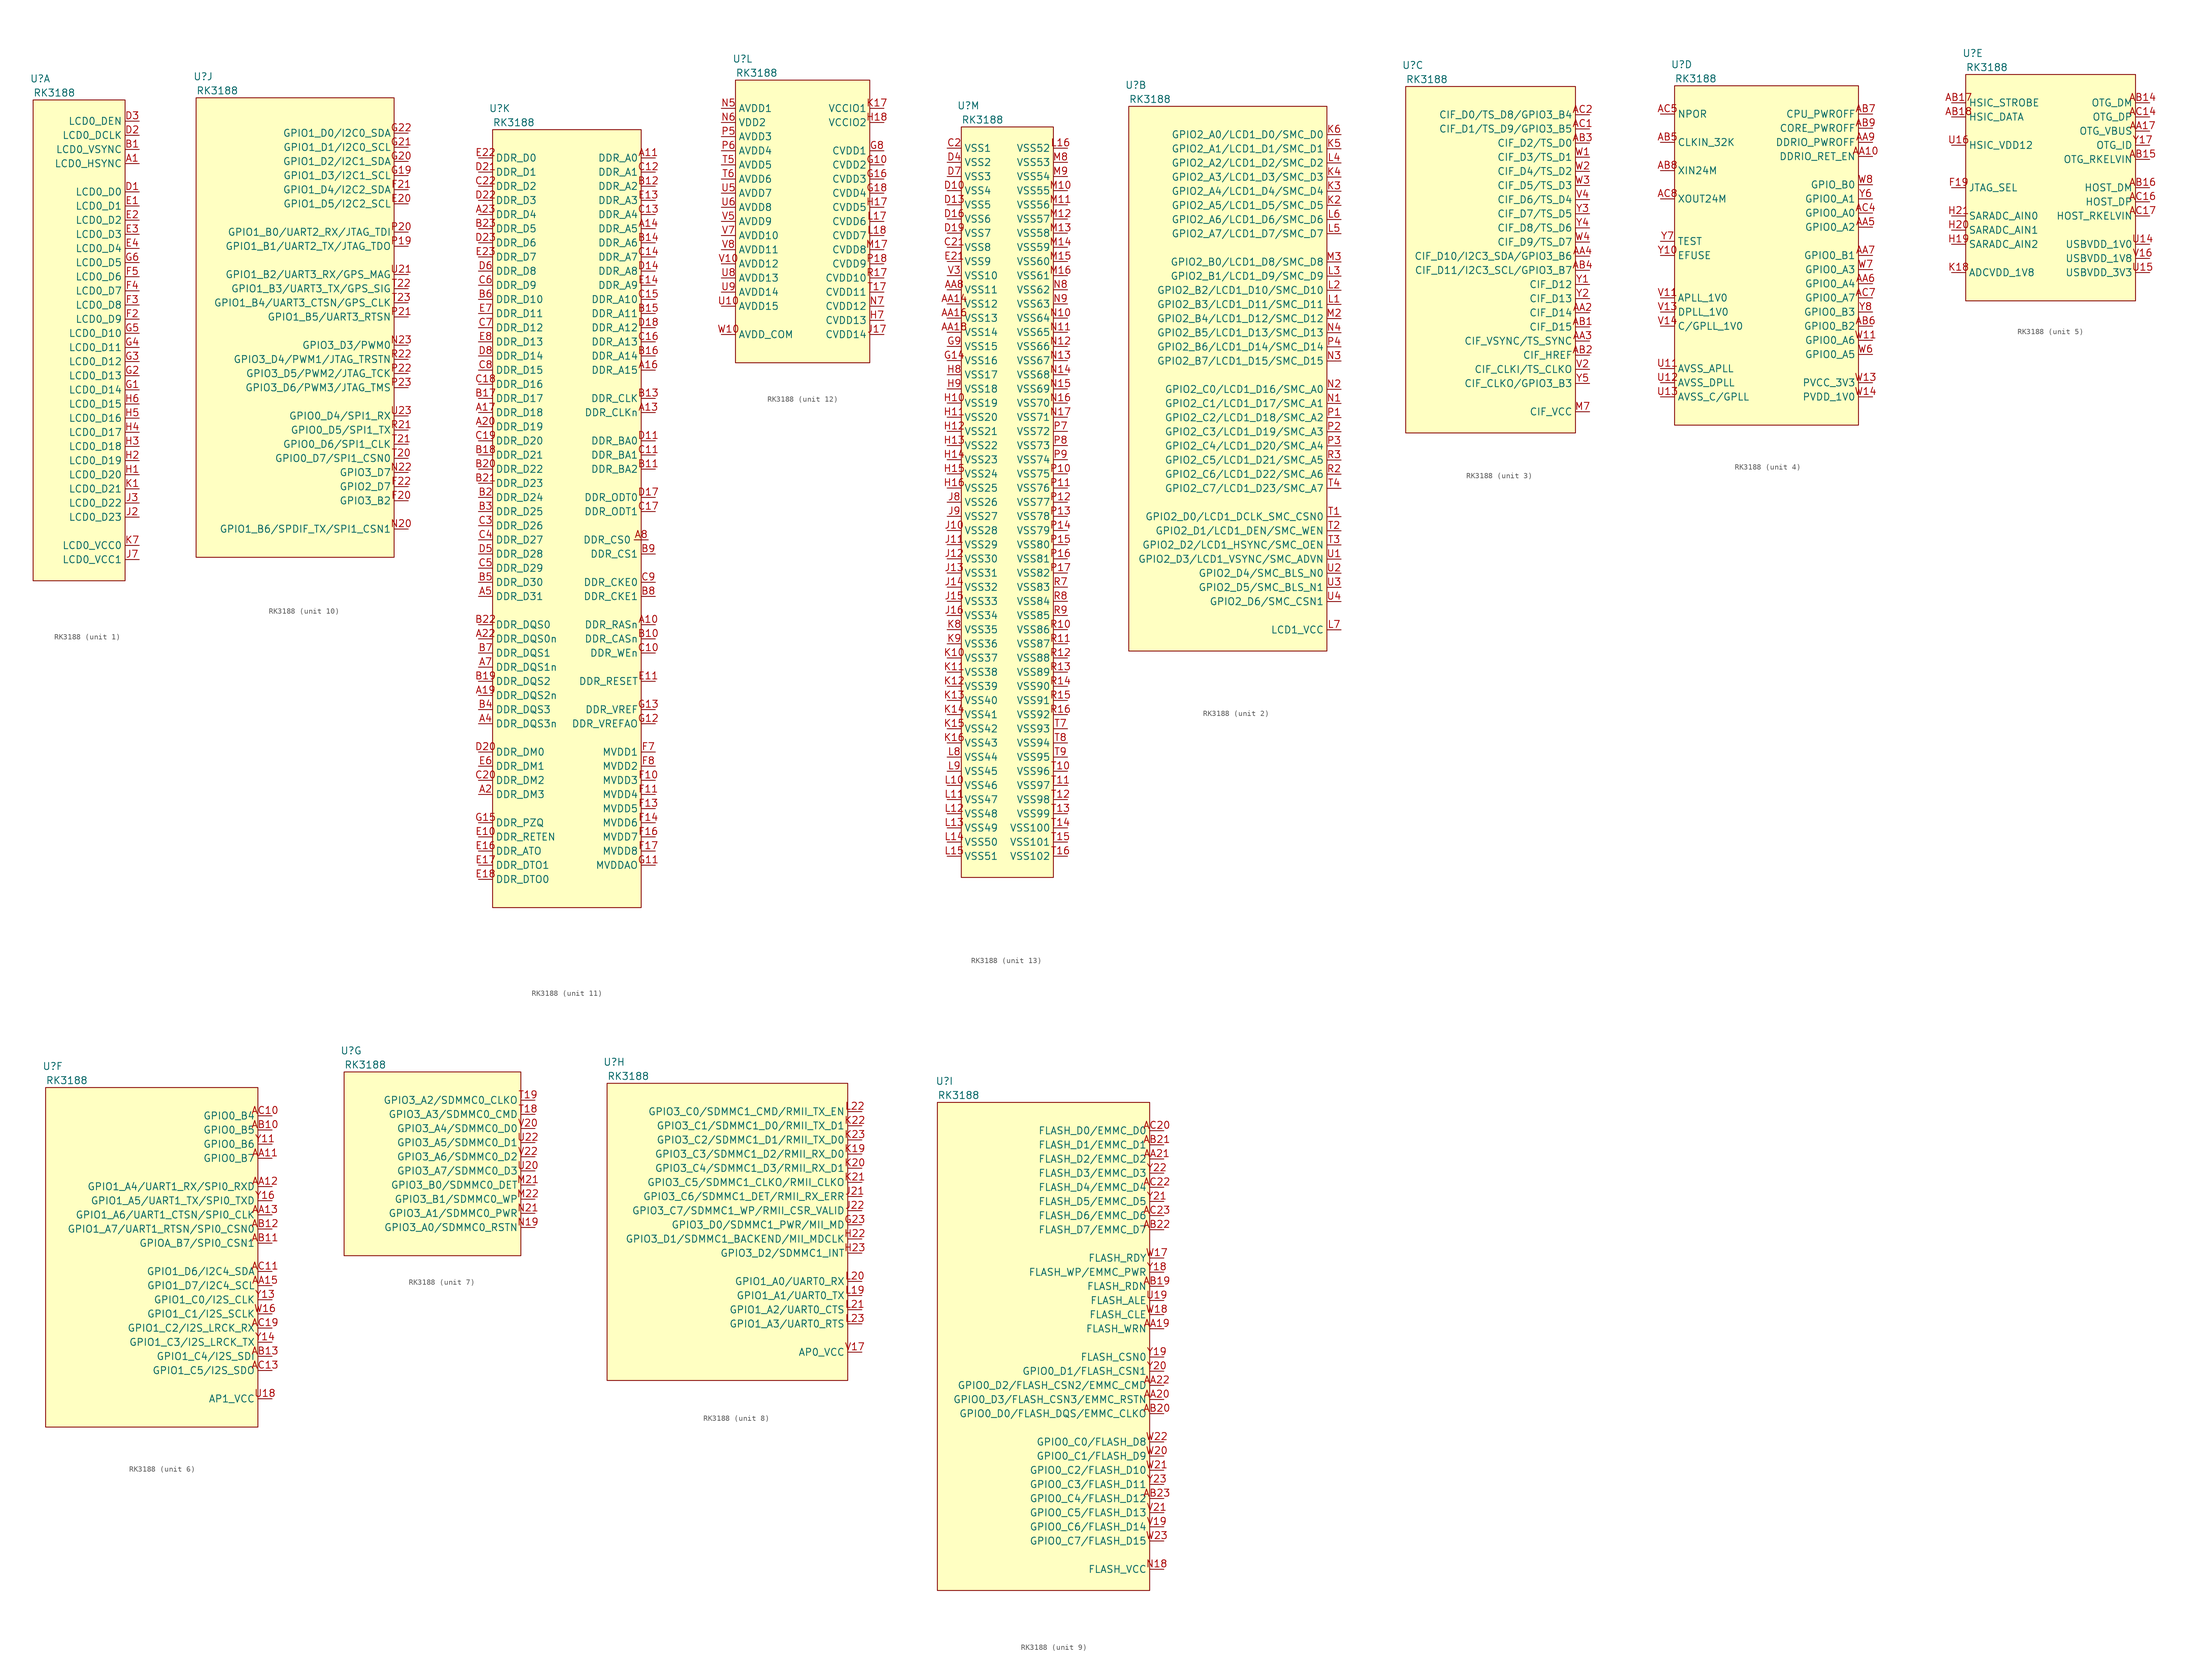
<source format=kicad_sym>
(kicad_symbol_lib
  (version 20211014)
  (generator kicad_symbol_editor)
  (symbol "RK3188"
    (property "Reference" "U"
      (at 1.27 3.81 0)
      (effects (font (size 1.27 1.27))))
    (property "Value" "RK3188"
      (at 3.81 1.27 0)
      (effects (font (size 1.27 1.27))))
    (property "ki_locked" ""
      (at 0 0 0)
      (effects (font (size 1.27 1.27))))
    (symbol "RK3188_1_1"
      (rectangle (start 0 0) (end 16.51 -86.36) (stroke (width 0) (type default) (color 0 0 0 0)) (fill (type background)))
      (pin tri_state line (at 19.05 -11.43 180) (length 2.54) (name "LCD0_HSYNC" (effects (font (size 1.27 1.27)))) (number "A1" (effects (font (size 1.27 1.27)))))
      (pin tri_state line (at 19.05 -8.89 180) (length 2.54) (name "LCD0_VSYNC" (effects (font (size 1.27 1.27)))) (number "B1" (effects (font (size 1.27 1.27)))))
      (pin tri_state line (at 19.05 -16.51 180) (length 2.54) (name "LCD0_D0" (effects (font (size 1.27 1.27)))) (number "D1" (effects (font (size 1.27 1.27)))))
      (pin tri_state line (at 19.05 -6.35 180) (length 2.54) (name "LCD0_DCLK" (effects (font (size 1.27 1.27)))) (number "D2" (effects (font (size 1.27 1.27)))))
      (pin tri_state line (at 19.05 -3.81 180) (length 2.54) (name "LCD0_DEN" (effects (font (size 1.27 1.27)))) (number "D3" (effects (font (size 1.27 1.27)))))
      (pin tri_state line (at 19.05 -19.05 180) (length 2.54) (name "LCD0_D1" (effects (font (size 1.27 1.27)))) (number "E1" (effects (font (size 1.27 1.27)))))
      (pin tri_state line (at 19.05 -21.59 180) (length 2.54) (name "LCD0_D2" (effects (font (size 1.27 1.27)))) (number "E2" (effects (font (size 1.27 1.27)))))
      (pin tri_state line (at 19.05 -24.13 180) (length 2.54) (name "LCD0_D3" (effects (font (size 1.27 1.27)))) (number "E3" (effects (font (size 1.27 1.27)))))
      (pin tri_state line (at 19.05 -26.67 180) (length 2.54) (name "LCD0_D4" (effects (font (size 1.27 1.27)))) (number "E4" (effects (font (size 1.27 1.27)))))
      (pin tri_state line (at 19.05 -39.37 180) (length 2.54) (name "LCD0_D9" (effects (font (size 1.27 1.27)))) (number "F2" (effects (font (size 1.27 1.27)))))
      (pin tri_state line (at 19.05 -36.83 180) (length 2.54) (name "LCD0_D8" (effects (font (size 1.27 1.27)))) (number "F3" (effects (font (size 1.27 1.27)))))
      (pin tri_state line (at 19.05 -34.29 180) (length 2.54) (name "LCD0_D7" (effects (font (size 1.27 1.27)))) (number "F4" (effects (font (size 1.27 1.27)))))
      (pin tri_state line (at 19.05 -31.75 180) (length 2.54) (name "LCD0_D6" (effects (font (size 1.27 1.27)))) (number "F5" (effects (font (size 1.27 1.27)))))
      (pin tri_state line (at 19.05 -52.07 180) (length 2.54) (name "LCD0_D14" (effects (font (size 1.27 1.27)))) (number "G1" (effects (font (size 1.27 1.27)))))
      (pin tri_state line (at 19.05 -49.53 180) (length 2.54) (name "LCD0_D13" (effects (font (size 1.27 1.27)))) (number "G2" (effects (font (size 1.27 1.27)))))
      (pin tri_state line (at 19.05 -46.99 180) (length 2.54) (name "LCD0_D12" (effects (font (size 1.27 1.27)))) (number "G3" (effects (font (size 1.27 1.27)))))
      (pin tri_state line (at 19.05 -44.45 180) (length 2.54) (name "LCD0_D11" (effects (font (size 1.27 1.27)))) (number "G4" (effects (font (size 1.27 1.27)))))
      (pin tri_state line (at 19.05 -41.91 180) (length 2.54) (name "LCD0_D10" (effects (font (size 1.27 1.27)))) (number "G5" (effects (font (size 1.27 1.27)))))
      (pin tri_state line (at 19.05 -29.21 180) (length 2.54) (name "LCD0_D5" (effects (font (size 1.27 1.27)))) (number "G6" (effects (font (size 1.27 1.27)))))
      (pin tri_state line (at 19.05 -67.31 180) (length 2.54) (name "LCD0_D20" (effects (font (size 1.27 1.27)))) (number "H1" (effects (font (size 1.27 1.27)))))
      (pin tri_state line (at 19.05 -64.77 180) (length 2.54) (name "LCD0_D19" (effects (font (size 1.27 1.27)))) (number "H2" (effects (font (size 1.27 1.27)))))
      (pin tri_state line (at 19.05 -62.23 180) (length 2.54) (name "LCD0_D18" (effects (font (size 1.27 1.27)))) (number "H3" (effects (font (size 1.27 1.27)))))
      (pin tri_state line (at 19.05 -59.69 180) (length 2.54) (name "LCD0_D17" (effects (font (size 1.27 1.27)))) (number "H4" (effects (font (size 1.27 1.27)))))
      (pin tri_state line (at 19.05 -57.15 180) (length 2.54) (name "LCD0_D16" (effects (font (size 1.27 1.27)))) (number "H5" (effects (font (size 1.27 1.27)))))
      (pin tri_state line (at 19.05 -54.61 180) (length 2.54) (name "LCD0_D15" (effects (font (size 1.27 1.27)))) (number "H6" (effects (font (size 1.27 1.27)))))
      (pin tri_state line (at 19.05 -74.93 180) (length 2.54) (name "LCD0_D23" (effects (font (size 1.27 1.27)))) (number "J2" (effects (font (size 1.27 1.27)))))
      (pin tri_state line (at 19.05 -72.39 180) (length 2.54) (name "LCD0_D22" (effects (font (size 1.27 1.27)))) (number "J3" (effects (font (size 1.27 1.27)))))
      (pin power_in line (at 19.05 -82.55 180) (length 2.54) (name "LCD0_VCC1" (effects (font (size 1.27 1.27)))) (number "J7" (effects (font (size 1.27 1.27)))))
      (pin tri_state line (at 19.05 -69.85 180) (length 2.54) (name "LCD0_D21" (effects (font (size 1.27 1.27)))) (number "K1" (effects (font (size 1.27 1.27)))))
      (pin power_in line (at 19.05 -80.01 180) (length 2.54) (name "LCD0_VCC0" (effects (font (size 1.27 1.27)))) (number "K7" (effects (font (size 1.27 1.27))))))
    (symbol "RK3188_2_1"
      (rectangle (start 0 0) (end 35.56 -97.79) (stroke (width 0) (type default) (color 0 0 0 0)) (fill (type background)))
      (pin tri_state line (at 38.1 -17.78 180) (length 2.54) (name "GPIO2_A5/LCD1_D5/SMC_D5" (effects (font (size 1.27 1.27)))) (number "K2" (effects (font (size 1.27 1.27)))))
      (pin tri_state line (at 38.1 -15.24 180) (length 2.54) (name "GPIO2_A4/LCD1_D4/SMC_D4" (effects (font (size 1.27 1.27)))) (number "K3" (effects (font (size 1.27 1.27)))))
      (pin tri_state line (at 38.1 -12.7 180) (length 2.54) (name "GPIO2_A3/LCD1_D3/SMC_D3" (effects (font (size 1.27 1.27)))) (number "K4" (effects (font (size 1.27 1.27)))))
      (pin tri_state line (at 38.1 -7.62 180) (length 2.54) (name "GPIO2_A1/LCD1_D1/SMC_D1" (effects (font (size 1.27 1.27)))) (number "K5" (effects (font (size 1.27 1.27)))))
      (pin tri_state line (at 38.1 -5.08 180) (length 2.54) (name "GPIO2_A0/LCD1_D0/SMC_D0" (effects (font (size 1.27 1.27)))) (number "K6" (effects (font (size 1.27 1.27)))))
      (pin tri_state line (at 38.1 -35.56 180) (length 2.54) (name "GPIO2_B3/LCD1_D11/SMC_D11" (effects (font (size 1.27 1.27)))) (number "L1" (effects (font (size 1.27 1.27)))))
      (pin tri_state line (at 38.1 -33.02 180) (length 2.54) (name "GPIO2_B2/LCD1_D10/SMC_D10" (effects (font (size 1.27 1.27)))) (number "L2" (effects (font (size 1.27 1.27)))))
      (pin tri_state line (at 38.1 -30.48 180) (length 2.54) (name "GPIO2_B1/LCD1_D9/SMC_D9" (effects (font (size 1.27 1.27)))) (number "L3" (effects (font (size 1.27 1.27)))))
      (pin tri_state line (at 38.1 -10.16 180) (length 2.54) (name "GPIO2_A2/LCD1_D2/SMC_D2" (effects (font (size 1.27 1.27)))) (number "L4" (effects (font (size 1.27 1.27)))))
      (pin tri_state line (at 38.1 -22.86 180) (length 2.54) (name "GPIO2_A7/LCD1_D7/SMC_D7" (effects (font (size 1.27 1.27)))) (number "L5" (effects (font (size 1.27 1.27)))))
      (pin tri_state line (at 38.1 -20.32 180) (length 2.54) (name "GPIO2_A6/LCD1_D6/SMC_D6" (effects (font (size 1.27 1.27)))) (number "L6" (effects (font (size 1.27 1.27)))))
      (pin power_in line (at 38.1 -93.98 180) (length 2.54) (name "LCD1_VCC" (effects (font (size 1.27 1.27)))) (number "L7" (effects (font (size 1.27 1.27)))))
      (pin tri_state line (at 38.1 -38.1 180) (length 2.54) (name "GPIO2_B4/LCD1_D12/SMC_D12" (effects (font (size 1.27 1.27)))) (number "M2" (effects (font (size 1.27 1.27)))))
      (pin tri_state line (at 38.1 -27.94 180) (length 2.54) (name "GPIO2_B0/LCD1_D8/SMC_D8" (effects (font (size 1.27 1.27)))) (number "M3" (effects (font (size 1.27 1.27)))))
      (pin tri_state line (at 38.1 -53.34 180) (length 2.54) (name "GPIO2_C1/LCD1_D17/SMC_A1" (effects (font (size 1.27 1.27)))) (number "N1" (effects (font (size 1.27 1.27)))))
      (pin tri_state line (at 38.1 -50.8 180) (length 2.54) (name "GPIO2_C0/LCD1_D16/SMC_A0" (effects (font (size 1.27 1.27)))) (number "N2" (effects (font (size 1.27 1.27)))))
      (pin tri_state line (at 38.1 -45.72 180) (length 2.54) (name "GPIO2_B7/LCD1_D15/SMC_D15" (effects (font (size 1.27 1.27)))) (number "N3" (effects (font (size 1.27 1.27)))))
      (pin tri_state line (at 38.1 -40.64 180) (length 2.54) (name "GPIO2_B5/LCD1_D13/SMC_D13" (effects (font (size 1.27 1.27)))) (number "N4" (effects (font (size 1.27 1.27)))))
      (pin tri_state line (at 38.1 -55.88 180) (length 2.54) (name "GPIO2_C2/LCD1_D18/SMC_A2" (effects (font (size 1.27 1.27)))) (number "P1" (effects (font (size 1.27 1.27)))))
      (pin tri_state line (at 38.1 -58.42 180) (length 2.54) (name "GPIO2_C3/LCD1_D19/SMC_A3" (effects (font (size 1.27 1.27)))) (number "P2" (effects (font (size 1.27 1.27)))))
      (pin tri_state line (at 38.1 -60.96 180) (length 2.54) (name "GPIO2_C4/LCD1_D20/SMC_A4" (effects (font (size 1.27 1.27)))) (number "P3" (effects (font (size 1.27 1.27)))))
      (pin tri_state line (at 38.1 -43.18 180) (length 2.54) (name "GPIO2_B6/LCD1_D14/SMC_D14" (effects (font (size 1.27 1.27)))) (number "P4" (effects (font (size 1.27 1.27)))))
      (pin tri_state line (at 38.1 -66.04 180) (length 2.54) (name "GPIO2_C6/LCD1_D22/SMC_A6" (effects (font (size 1.27 1.27)))) (number "R2" (effects (font (size 1.27 1.27)))))
      (pin tri_state line (at 38.1 -63.5 180) (length 2.54) (name "GPIO2_C5/LCD1_D21/SMC_A5" (effects (font (size 1.27 1.27)))) (number "R3" (effects (font (size 1.27 1.27)))))
      (pin tri_state line (at 38.1 -73.66 180) (length 2.54) (name "GPIO2_D0/LCD1_DCLK_SMC_CSN0" (effects (font (size 1.27 1.27)))) (number "T1" (effects (font (size 1.27 1.27)))))
      (pin tri_state line (at 38.1 -76.2 180) (length 2.54) (name "GPIO2_D1/LCD1_DEN/SMC_WEN" (effects (font (size 1.27 1.27)))) (number "T2" (effects (font (size 1.27 1.27)))))
      (pin tri_state line (at 38.1 -78.74 180) (length 2.54) (name "GPIO2_D2/LCD1_HSYNC/SMC_OEN" (effects (font (size 1.27 1.27)))) (number "T3" (effects (font (size 1.27 1.27)))))
      (pin tri_state line (at 38.1 -68.58 180) (length 2.54) (name "GPIO2_C7/LCD1_D23/SMC_A7" (effects (font (size 1.27 1.27)))) (number "T4" (effects (font (size 1.27 1.27)))))
      (pin tri_state line (at 38.1 -81.28 180) (length 2.54) (name "GPIO2_D3/LCD1_VSYNC/SMC_ADVN" (effects (font (size 1.27 1.27)))) (number "U1" (effects (font (size 1.27 1.27)))))
      (pin tri_state line (at 38.1 -83.82 180) (length 2.54) (name "GPIO2_D4/SMC_BLS_N0" (effects (font (size 1.27 1.27)))) (number "U2" (effects (font (size 1.27 1.27)))))
      (pin tri_state line (at 38.1 -86.36 180) (length 2.54) (name "GPIO2_D5/SMC_BLS_N1" (effects (font (size 1.27 1.27)))) (number "U3" (effects (font (size 1.27 1.27)))))
      (pin tri_state line (at 38.1 -88.9 180) (length 2.54) (name "GPIO2_D6/SMC_CSN1" (effects (font (size 1.27 1.27)))) (number "U4" (effects (font (size 1.27 1.27))))))
    (symbol "RK3188_3_1"
      (rectangle (start 0 0) (end 30.48 -62.23) (stroke (width 0) (type default) (color 0 0 0 0)) (fill (type background)))
      (pin tri_state line (at 33.02 -40.64 180) (length 2.54) (name "CIF_D14" (effects (font (size 1.27 1.27)))) (number "AA2" (effects (font (size 1.27 1.27)))))
      (pin tri_state line (at 33.02 -45.72 180) (length 2.54) (name "CIF_VSYNC/TS_SYNC" (effects (font (size 1.27 1.27)))) (number "AA3" (effects (font (size 1.27 1.27)))))
      (pin tri_state line (at 33.02 -30.48 180) (length 2.54) (name "CIF_D10/I2C3_SDA/GPIO3_B6" (effects (font (size 1.27 1.27)))) (number "AA4" (effects (font (size 1.27 1.27)))))
      (pin tri_state line (at 33.02 -43.18 180) (length 2.54) (name "CIF_D15" (effects (font (size 1.27 1.27)))) (number "AB1" (effects (font (size 1.27 1.27)))))
      (pin tri_state line (at 33.02 -48.26 180) (length 2.54) (name "CIF_HREF" (effects (font (size 1.27 1.27)))) (number "AB2" (effects (font (size 1.27 1.27)))))
      (pin tri_state line (at 33.02 -10.16 180) (length 2.54) (name "CIF_D2/TS_D0" (effects (font (size 1.27 1.27)))) (number "AB3" (effects (font (size 1.27 1.27)))))
      (pin tri_state line (at 33.02 -33.02 180) (length 2.54) (name "CIF_D11/I2C3_SCL/GPIO3_B7" (effects (font (size 1.27 1.27)))) (number "AB4" (effects (font (size 1.27 1.27)))))
      (pin tri_state line (at 33.02 -7.62 180) (length 2.54) (name "CIF_D1/TS_D9/GPIO3_B5" (effects (font (size 1.27 1.27)))) (number "AC1" (effects (font (size 1.27 1.27)))))
      (pin tri_state line (at 33.02 -5.08 180) (length 2.54) (name "CIF_D0/TS_D8/GPIO3_B4" (effects (font (size 1.27 1.27)))) (number "AC2" (effects (font (size 1.27 1.27)))))
      (pin power_in line (at 33.02 -58.42 180) (length 2.54) (name "CIF_VCC" (effects (font (size 1.27 1.27)))) (number "M7" (effects (font (size 1.27 1.27)))))
      (pin tri_state line (at 33.02 -50.8 180) (length 2.54) (name "CIF_CLKI/TS_CLKO" (effects (font (size 1.27 1.27)))) (number "V2" (effects (font (size 1.27 1.27)))))
      (pin tri_state line (at 33.02 -20.32 180) (length 2.54) (name "CIF_D6/TS_D4" (effects (font (size 1.27 1.27)))) (number "V4" (effects (font (size 1.27 1.27)))))
      (pin tri_state line (at 33.02 -12.7 180) (length 2.54) (name "CIF_D3/TS_D1" (effects (font (size 1.27 1.27)))) (number "W1" (effects (font (size 1.27 1.27)))))
      (pin tri_state line (at 33.02 -15.24 180) (length 2.54) (name "CIF_D4/TS_D2" (effects (font (size 1.27 1.27)))) (number "W2" (effects (font (size 1.27 1.27)))))
      (pin tri_state line (at 33.02 -17.78 180) (length 2.54) (name "CIF_D5/TS_D3" (effects (font (size 1.27 1.27)))) (number "W3" (effects (font (size 1.27 1.27)))))
      (pin tri_state line (at 33.02 -27.94 180) (length 2.54) (name "CIF_D9/TS_D7" (effects (font (size 1.27 1.27)))) (number "W4" (effects (font (size 1.27 1.27)))))
      (pin tri_state line (at 33.02 -35.56 180) (length 2.54) (name "CIF_D12" (effects (font (size 1.27 1.27)))) (number "Y1" (effects (font (size 1.27 1.27)))))
      (pin tri_state line (at 33.02 -38.1 180) (length 2.54) (name "CIF_D13" (effects (font (size 1.27 1.27)))) (number "Y2" (effects (font (size 1.27 1.27)))))
      (pin tri_state line (at 33.02 -22.86 180) (length 2.54) (name "CIF_D7/TS_D5" (effects (font (size 1.27 1.27)))) (number "Y3" (effects (font (size 1.27 1.27)))))
      (pin tri_state line (at 33.02 -25.4 180) (length 2.54) (name "CIF_D8/TS_D6" (effects (font (size 1.27 1.27)))) (number "Y4" (effects (font (size 1.27 1.27)))))
      (pin tri_state line (at 33.02 -53.34 180) (length 2.54) (name "CIF_CLKO/GPIO3_B3" (effects (font (size 1.27 1.27)))) (number "Y5" (effects (font (size 1.27 1.27))))))
    (symbol "RK3188_4_1"
      (rectangle (start 0 0) (end 33.02 -60.96) (stroke (width 0) (type default) (color 0 0 0 0)) (fill (type background)))
      (pin output line (at 35.56 -12.7 180) (length 2.54) (name "DDRIO_RET_EN" (effects (font (size 1.27 1.27)))) (number "AA10" (effects (font (size 1.27 1.27)))))
      (pin tri_state line (at 35.56 -25.4 180) (length 2.54) (name "GPIO0_A2" (effects (font (size 1.27 1.27)))) (number "AA5" (effects (font (size 1.27 1.27)))))
      (pin tri_state line (at 35.56 -35.56 180) (length 2.54) (name "GPIO0_A4" (effects (font (size 1.27 1.27)))) (number "AA6" (effects (font (size 1.27 1.27)))))
      (pin tri_state line (at 35.56 -30.48 180) (length 2.54) (name "GPIO0_B1" (effects (font (size 1.27 1.27)))) (number "AA7" (effects (font (size 1.27 1.27)))))
      (pin output line (at 35.56 -10.16 180) (length 2.54) (name "DDRIO_PWROFF" (effects (font (size 1.27 1.27)))) (number "AA9" (effects (font (size 1.27 1.27)))))
      (pin input line (at -2.54 -10.16 0) (length 2.54) (name "CLKIN_32K" (effects (font (size 1.27 1.27)))) (number "AB5" (effects (font (size 1.27 1.27)))))
      (pin tri_state line (at 35.56 -43.18 180) (length 2.54) (name "GPIO0_B2" (effects (font (size 1.27 1.27)))) (number "AB6" (effects (font (size 1.27 1.27)))))
      (pin output line (at 35.56 -5.08 180) (length 2.54) (name "CPU_PWROFF" (effects (font (size 1.27 1.27)))) (number "AB7" (effects (font (size 1.27 1.27)))))
      (pin input line (at -2.54 -15.24 0) (length 2.54) (name "XIN24M" (effects (font (size 1.27 1.27)))) (number "AB8" (effects (font (size 1.27 1.27)))))
      (pin output line (at 35.56 -7.62 180) (length 2.54) (name "CORE_PWROFF" (effects (font (size 1.27 1.27)))) (number "AB9" (effects (font (size 1.27 1.27)))))
      (pin tri_state line (at 35.56 -22.86 180) (length 2.54) (name "GPIO0_A0" (effects (font (size 1.27 1.27)))) (number "AC4" (effects (font (size 1.27 1.27)))))
      (pin input line (at -2.54 -5.08 0) (length 2.54) (name "NPOR" (effects (font (size 1.27 1.27)))) (number "AC5" (effects (font (size 1.27 1.27)))))
      (pin tri_state line (at 35.56 -38.1 180) (length 2.54) (name "GPIO0_A7" (effects (font (size 1.27 1.27)))) (number "AC7" (effects (font (size 1.27 1.27)))))
      (pin input line (at -2.54 -20.32 0) (length 2.54) (name "XOUT24M" (effects (font (size 1.27 1.27)))) (number "AC8" (effects (font (size 1.27 1.27)))))
      (pin power_in line (at -2.54 -50.8 0) (length 2.54) (name "AVSS_APLL" (effects (font (size 1.27 1.27)))) (number "U11" (effects (font (size 1.27 1.27)))))
      (pin power_in line (at -2.54 -53.34 0) (length 2.54) (name "AVSS_DPLL" (effects (font (size 1.27 1.27)))) (number "U12" (effects (font (size 1.27 1.27)))))
      (pin power_in line (at -2.54 -55.88 0) (length 2.54) (name "AVSS_C/GPLL" (effects (font (size 1.27 1.27)))) (number "U13" (effects (font (size 1.27 1.27)))))
      (pin power_in line (at -2.54 -38.1 0) (length 2.54) (name "APLL_1V0" (effects (font (size 1.27 1.27)))) (number "V11" (effects (font (size 1.27 1.27)))))
      (pin power_in line (at -2.54 -40.64 0) (length 2.54) (name "DPLL_1V0" (effects (font (size 1.27 1.27)))) (number "V13" (effects (font (size 1.27 1.27)))))
      (pin power_in line (at -2.54 -43.18 0) (length 2.54) (name "C/GPLL_1V0" (effects (font (size 1.27 1.27)))) (number "V14" (effects (font (size 1.27 1.27)))))
      (pin tri_state line (at 35.56 -45.72 180) (length 2.54) (name "GPIO0_A6" (effects (font (size 1.27 1.27)))) (number "W11" (effects (font (size 1.27 1.27)))))
      (pin tri_state line (at 35.56 -53.34 180) (length 2.54) (name "PVCC_3V3" (effects (font (size 1.27 1.27)))) (number "W13" (effects (font (size 1.27 1.27)))))
      (pin tri_state line (at 35.56 -55.88 180) (length 2.54) (name "PVDD_1V0" (effects (font (size 1.27 1.27)))) (number "W14" (effects (font (size 1.27 1.27)))))
      (pin tri_state line (at 35.56 -48.26 180) (length 2.54) (name "GPIO0_A5" (effects (font (size 1.27 1.27)))) (number "W6" (effects (font (size 1.27 1.27)))))
      (pin tri_state line (at 35.56 -33.02 180) (length 2.54) (name "GPIO0_A3" (effects (font (size 1.27 1.27)))) (number "W7" (effects (font (size 1.27 1.27)))))
      (pin tri_state line (at 35.56 -17.78 180) (length 2.54) (name "GPIO_B0" (effects (font (size 1.27 1.27)))) (number "W8" (effects (font (size 1.27 1.27)))))
      (pin input line (at -2.54 -30.48 0) (length 2.54) (name "EFUSE" (effects (font (size 1.27 1.27)))) (number "Y10" (effects (font (size 1.27 1.27)))))
      (pin tri_state line (at 35.56 -20.32 180) (length 2.54) (name "GPIO0_A1" (effects (font (size 1.27 1.27)))) (number "Y6" (effects (font (size 1.27 1.27)))))
      (pin input line (at -2.54 -27.94 0) (length 2.54) (name "TEST" (effects (font (size 1.27 1.27)))) (number "Y7" (effects (font (size 1.27 1.27)))))
      (pin tri_state line (at 35.56 -40.64 180) (length 2.54) (name "GPIO0_B3" (effects (font (size 1.27 1.27)))) (number "Y8" (effects (font (size 1.27 1.27))))))
    (symbol "RK3188_5_1"
      (rectangle (start 0 0) (end 30.48 -40.64) (stroke (width 0) (type default) (color 0 0 0 0)) (fill (type background)))
      (pin tri_state line (at 33.02 -10.16 180) (length 2.54) (name "OTG_VBUS" (effects (font (size 1.27 1.27)))) (number "AA17" (effects (font (size 1.27 1.27)))))
      (pin tri_state line (at 33.02 -5.08 180) (length 2.54) (name "OTG_DM" (effects (font (size 1.27 1.27)))) (number "AB14" (effects (font (size 1.27 1.27)))))
      (pin passive line (at 33.02 -15.24 180) (length 2.54) (name "OTG_RKELVIN" (effects (font (size 1.27 1.27)))) (number "AB15" (effects (font (size 1.27 1.27)))))
      (pin tri_state line (at 33.02 -20.32 180) (length 2.54) (name "HOST_DM" (effects (font (size 1.27 1.27)))) (number "AB16" (effects (font (size 1.27 1.27)))))
      (pin input line (at -2.54 -5.08 0) (length 2.54) (name "HSIC_STROBE" (effects (font (size 1.27 1.27)))) (number "AB17" (effects (font (size 1.27 1.27)))))
      (pin input line (at -2.54 -7.62 0) (length 2.54) (name "HSIC_DATA" (effects (font (size 1.27 1.27)))) (number "AB18" (effects (font (size 1.27 1.27)))))
      (pin tri_state line (at 33.02 -7.62 180) (length 2.54) (name "OTG_DP" (effects (font (size 1.27 1.27)))) (number "AC14" (effects (font (size 1.27 1.27)))))
      (pin tri_state line (at 33.02 -22.86 180) (length 2.54) (name "HOST_DP" (effects (font (size 1.27 1.27)))) (number "AC16" (effects (font (size 1.27 1.27)))))
      (pin passive line (at 33.02 -25.4 180) (length 2.54) (name "HOST_RKELVIN" (effects (font (size 1.27 1.27)))) (number "AC17" (effects (font (size 1.27 1.27)))))
      (pin input line (at -2.54 -20.32 0) (length 2.54) (name "JTAG_SEL" (effects (font (size 1.27 1.27)))) (number "F19" (effects (font (size 1.27 1.27)))))
      (pin input line (at -2.54 -30.48 0) (length 2.54) (name "SARADC_AIN2" (effects (font (size 1.27 1.27)))) (number "H19" (effects (font (size 1.27 1.27)))))
      (pin input line (at -2.54 -27.94 0) (length 2.54) (name "SARADC_AIN1" (effects (font (size 1.27 1.27)))) (number "H20" (effects (font (size 1.27 1.27)))))
      (pin input line (at -2.54 -25.4 0) (length 2.54) (name "SARADC_AIN0" (effects (font (size 1.27 1.27)))) (number "H21" (effects (font (size 1.27 1.27)))))
      (pin power_in line (at -2.54 -35.56 0) (length 2.54) (name "ADCVDD_1V8" (effects (font (size 1.27 1.27)))) (number "K18" (effects (font (size 1.27 1.27)))))
      (pin power_in line (at 33.02 -30.48 180) (length 2.54) (name "USBVDD_1V0" (effects (font (size 1.27 1.27)))) (number "U14" (effects (font (size 1.27 1.27)))))
      (pin power_in line (at 33.02 -35.56 180) (length 2.54) (name "USBVDD_3V3" (effects (font (size 1.27 1.27)))) (number "U15" (effects (font (size 1.27 1.27)))))
      (pin power_in line (at -2.54 -12.7 0) (length 2.54) (name "HSIC_VDD12" (effects (font (size 1.27 1.27)))) (number "U16" (effects (font (size 1.27 1.27)))))
      (pin power_in line (at 33.02 -33.02 180) (length 2.54) (name "USBVDD_1V8" (effects (font (size 1.27 1.27)))) (number "V16" (effects (font (size 1.27 1.27)))))
      (pin input line (at 33.02 -12.7 180) (length 2.54) (name "OTG_ID" (effects (font (size 1.27 1.27)))) (number "Y17" (effects (font (size 1.27 1.27))))))
    (symbol "RK3188_6_1"
      (rectangle (start 0 0) (end 38.1 -60.96) (stroke (width 0) (type default) (color 0 0 0 0)) (fill (type background)))
      (pin tri_state line (at 40.64 -12.7 180) (length 2.54) (name "GPIO0_B7" (effects (font (size 1.27 1.27)))) (number "AA11" (effects (font (size 1.27 1.27)))))
      (pin tri_state line (at 40.64 -17.78 180) (length 2.54) (name "GPIO1_A4/UART1_RX/SPI0_RXD" (effects (font (size 1.27 1.27)))) (number "AA12" (effects (font (size 1.27 1.27)))))
      (pin tri_state line (at 40.64 -22.86 180) (length 2.54) (name "GPIO1_A6/UART1_CTSN/SPI0_CLK" (effects (font (size 1.27 1.27)))) (number "AA13" (effects (font (size 1.27 1.27)))))
      (pin tri_state line (at 40.64 -35.56 180) (length 2.54) (name "GPIO1_D7/I2C4_SCL" (effects (font (size 1.27 1.27)))) (number "AA15" (effects (font (size 1.27 1.27)))))
      (pin tri_state line (at 40.64 -7.62 180) (length 2.54) (name "GPIO0_B5" (effects (font (size 1.27 1.27)))) (number "AB10" (effects (font (size 1.27 1.27)))))
      (pin tri_state line (at 40.64 -27.94 180) (length 2.54) (name "GPIOA_B7/SPI0_CSN1" (effects (font (size 1.27 1.27)))) (number "AB11" (effects (font (size 1.27 1.27)))))
      (pin tri_state line (at 40.64 -25.4 180) (length 2.54) (name "GPIO1_A7/UART1_RTSN/SPI0_CSN0" (effects (font (size 1.27 1.27)))) (number "AB12" (effects (font (size 1.27 1.27)))))
      (pin tri_state line (at 40.64 -48.26 180) (length 2.54) (name "GPIO1_C4/I2S_SDI" (effects (font (size 1.27 1.27)))) (number "AB13" (effects (font (size 1.27 1.27)))))
      (pin tri_state line (at 40.64 -5.08 180) (length 2.54) (name "GPIO0_B4" (effects (font (size 1.27 1.27)))) (number "AC10" (effects (font (size 1.27 1.27)))))
      (pin tri_state line (at 40.64 -33.02 180) (length 2.54) (name "GPIO1_D6/I2C4_SDA" (effects (font (size 1.27 1.27)))) (number "AC11" (effects (font (size 1.27 1.27)))))
      (pin tri_state line (at 40.64 -50.8 180) (length 2.54) (name "GPIO1_C5/I2S_SDO" (effects (font (size 1.27 1.27)))) (number "AC13" (effects (font (size 1.27 1.27)))))
      (pin tri_state line (at 40.64 -43.18 180) (length 2.54) (name "GPIO1_C2/I2S_LRCK_RX" (effects (font (size 1.27 1.27)))) (number "AC19" (effects (font (size 1.27 1.27)))))
      (pin power_in line (at 40.64 -55.88 180) (length 2.54) (name "AP1_VCC" (effects (font (size 1.27 1.27)))) (number "U18" (effects (font (size 1.27 1.27)))))
      (pin tri_state line (at 40.64 -40.64 180) (length 2.54) (name "GPIO1_C1/I2S_SCLK" (effects (font (size 1.27 1.27)))) (number "W16" (effects (font (size 1.27 1.27)))))
      (pin tri_state line (at 40.64 -10.16 180) (length 2.54) (name "GPIO0_B6" (effects (font (size 1.27 1.27)))) (number "Y11" (effects (font (size 1.27 1.27)))))
      (pin tri_state line (at 40.64 -38.1 180) (length 2.54) (name "GPIO1_C0/I2S_CLK" (effects (font (size 1.27 1.27)))) (number "Y13" (effects (font (size 1.27 1.27)))))
      (pin tri_state line (at 40.64 -45.72 180) (length 2.54) (name "GPIO1_C3/I2S_LRCK_TX" (effects (font (size 1.27 1.27)))) (number "Y14" (effects (font (size 1.27 1.27)))))
      (pin tri_state line (at 40.64 -20.32 180) (length 2.54) (name "GPIO1_A5/UART1_TX/SPI0_TXD" (effects (font (size 1.27 1.27)))) (number "Y16" (effects (font (size 1.27 1.27))))))
    (symbol "RK3188_7_1"
      (rectangle (start 0 0) (end 31.75 -33.02) (stroke (width 0) (type default) (color 0 0 0 0)) (fill (type background)))
      (pin tri_state line (at 34.29 -20.32 180) (length 2.54) (name "GPIO3_B0/SDMMC0_DET" (effects (font (size 1.27 1.27)))) (number "M21" (effects (font (size 1.27 1.27)))))
      (pin tri_state line (at 34.29 -22.86 180) (length 2.54) (name "GPIO3_B1/SDMMC0_WP" (effects (font (size 1.27 1.27)))) (number "M22" (effects (font (size 1.27 1.27)))))
      (pin tri_state line (at 34.29 -27.94 180) (length 2.54) (name "GPIO3_A0/SDMMC0_RSTN" (effects (font (size 1.27 1.27)))) (number "N19" (effects (font (size 1.27 1.27)))))
      (pin tri_state line (at 34.29 -25.4 180) (length 2.54) (name "GPIO3_A1/SDMMC0_PWR" (effects (font (size 1.27 1.27)))) (number "N21" (effects (font (size 1.27 1.27)))))
      (pin tri_state line (at 34.29 -7.62 180) (length 2.54) (name "GPIO3_A3/SDMMC0_CMD" (effects (font (size 1.27 1.27)))) (number "T18" (effects (font (size 1.27 1.27)))))
      (pin tri_state line (at 34.29 -5.08 180) (length 2.54) (name "GPIO3_A2/SDMMC0_CLKO" (effects (font (size 1.27 1.27)))) (number "T19" (effects (font (size 1.27 1.27)))))
      (pin tri_state line (at 34.29 -17.78 180) (length 2.54) (name "GPIO3_A7/SDMMC0_D3" (effects (font (size 1.27 1.27)))) (number "U20" (effects (font (size 1.27 1.27)))))
      (pin tri_state line (at 34.29 -12.7 180) (length 2.54) (name "GPIO3_A5/SDMMC0_D1" (effects (font (size 1.27 1.27)))) (number "U22" (effects (font (size 1.27 1.27)))))
      (pin tri_state line (at 34.29 -10.16 180) (length 2.54) (name "GPIO3_A4/SDMMC0_D0" (effects (font (size 1.27 1.27)))) (number "V20" (effects (font (size 1.27 1.27)))))
      (pin tri_state line (at 34.29 -15.24 180) (length 2.54) (name "GPIO3_A6/SDMMC0_D2" (effects (font (size 1.27 1.27)))) (number "V22" (effects (font (size 1.27 1.27))))))
    (symbol "RK3188_8_1"
      (rectangle (start 0 0) (end 43.18 -53.34) (stroke (width 0) (type default) (color 0 0 0 0)) (fill (type background)))
      (pin tri_state line (at 45.72 -25.4 180) (length 2.54) (name "GPIO3_D0/SDMMC1_PWR/MII_MD" (effects (font (size 1.27 1.27)))) (number "G23" (effects (font (size 1.27 1.27)))))
      (pin tri_state line (at 45.72 -27.94 180) (length 2.54) (name "GPIO3_D1/SDMMC1_BACKEND/MII_MDCLK" (effects (font (size 1.27 1.27)))) (number "H22" (effects (font (size 1.27 1.27)))))
      (pin tri_state line (at 45.72 -30.48 180) (length 2.54) (name "GPIO3_D2/SDMMC1_INT" (effects (font (size 1.27 1.27)))) (number "H23" (effects (font (size 1.27 1.27)))))
      (pin tri_state line (at 45.72 -20.32 180) (length 2.54) (name "GPIO3_C6/SDMMC1_DET/RMII_RX_ERR" (effects (font (size 1.27 1.27)))) (number "J21" (effects (font (size 1.27 1.27)))))
      (pin tri_state line (at 45.72 -22.86 180) (length 2.54) (name "GPIO3_C7/SDMMC1_WP/RMII_CSR_VALID" (effects (font (size 1.27 1.27)))) (number "J22" (effects (font (size 1.27 1.27)))))
      (pin tri_state line (at 45.72 -12.7 180) (length 2.54) (name "GPIO3_C3/SDMMC1_D2/RMII_RX_D0" (effects (font (size 1.27 1.27)))) (number "K19" (effects (font (size 1.27 1.27)))))
      (pin tri_state line (at 45.72 -15.24 180) (length 2.54) (name "GPIO3_C4/SDMMC1_D3/RMII_RX_D1" (effects (font (size 1.27 1.27)))) (number "K20" (effects (font (size 1.27 1.27)))))
      (pin tri_state line (at 45.72 -17.78 180) (length 2.54) (name "GPIO3_C5/SDMMC1_CLKO/RMII_CLKO" (effects (font (size 1.27 1.27)))) (number "K21" (effects (font (size 1.27 1.27)))))
      (pin tri_state line (at 45.72 -7.62 180) (length 2.54) (name "GPIO3_C1/SDMMC1_D0/RMII_TX_D1" (effects (font (size 1.27 1.27)))) (number "K22" (effects (font (size 1.27 1.27)))))
      (pin tri_state line (at 45.72 -10.16 180) (length 2.54) (name "GPIO3_C2/SDMMC1_D1/RMII_TX_D0" (effects (font (size 1.27 1.27)))) (number "K23" (effects (font (size 1.27 1.27)))))
      (pin tri_state line (at 45.72 -38.1 180) (length 2.54) (name "GPIO1_A1/UART0_TX" (effects (font (size 1.27 1.27)))) (number "L19" (effects (font (size 1.27 1.27)))))
      (pin tri_state line (at 45.72 -35.56 180) (length 2.54) (name "GPIO1_A0/UART0_RX" (effects (font (size 1.27 1.27)))) (number "L20" (effects (font (size 1.27 1.27)))))
      (pin tri_state line (at 45.72 -40.64 180) (length 2.54) (name "GPIO1_A2/UART0_CTS" (effects (font (size 1.27 1.27)))) (number "L21" (effects (font (size 1.27 1.27)))))
      (pin tri_state line (at 45.72 -5.08 180) (length 2.54) (name "GPIO3_C0/SDMMC1_CMD/RMII_TX_EN" (effects (font (size 1.27 1.27)))) (number "L22" (effects (font (size 1.27 1.27)))))
      (pin tri_state line (at 45.72 -43.18 180) (length 2.54) (name "GPIO1_A3/UART0_RTS" (effects (font (size 1.27 1.27)))) (number "L23" (effects (font (size 1.27 1.27)))))
      (pin power_in line (at 45.72 -48.26 180) (length 2.54) (name "AP0_VCC" (effects (font (size 1.27 1.27)))) (number "V17" (effects (font (size 1.27 1.27))))))
    (symbol "RK3188_9_1"
      (rectangle (start 0 0) (end 38.1 -87.63) (stroke (width 0) (type default) (color 0 0 0 0)) (fill (type background)))
      (pin tri_state line (at 40.64 -40.64 180) (length 2.54) (name "FLASH_WRN" (effects (font (size 1.27 1.27)))) (number "AA19" (effects (font (size 1.27 1.27)))))
      (pin tri_state line (at 40.64 -53.34 180) (length 2.54) (name "GPIO0_D3/FLASH_CSN3/EMMC_RSTN" (effects (font (size 1.27 1.27)))) (number "AA20" (effects (font (size 1.27 1.27)))))
      (pin tri_state line (at 40.64 -10.16 180) (length 2.54) (name "FLASH_D2/EMMC_D2" (effects (font (size 1.27 1.27)))) (number "AA21" (effects (font (size 1.27 1.27)))))
      (pin tri_state line (at 40.64 -50.8 180) (length 2.54) (name "GPIO0_D2/FLASH_CSN2/EMMC_CMD" (effects (font (size 1.27 1.27)))) (number "AA22" (effects (font (size 1.27 1.27)))))
      (pin tri_state line (at 40.64 -33.02 180) (length 2.54) (name "FLASH_RDN" (effects (font (size 1.27 1.27)))) (number "AB19" (effects (font (size 1.27 1.27)))))
      (pin tri_state line (at 40.64 -55.88 180) (length 2.54) (name "GPIO0_D0/FLASH_DQS/EMMC_CLKO" (effects (font (size 1.27 1.27)))) (number "AB20" (effects (font (size 1.27 1.27)))))
      (pin tri_state line (at 40.64 -7.62 180) (length 2.54) (name "FLASH_D1/EMMC_D1" (effects (font (size 1.27 1.27)))) (number "AB21" (effects (font (size 1.27 1.27)))))
      (pin tri_state line (at 40.64 -22.86 180) (length 2.54) (name "FLASH_D7/EMMC_D7" (effects (font (size 1.27 1.27)))) (number "AB22" (effects (font (size 1.27 1.27)))))
      (pin tri_state line (at 40.64 -71.12 180) (length 2.54) (name "GPIO0_C4/FLASH_D12" (effects (font (size 1.27 1.27)))) (number "AB23" (effects (font (size 1.27 1.27)))))
      (pin tri_state line (at 40.64 -5.08 180) (length 2.54) (name "FLASH_D0/EMMC_D0" (effects (font (size 1.27 1.27)))) (number "AC20" (effects (font (size 1.27 1.27)))))
      (pin tri_state line (at 40.64 -15.24 180) (length 2.54) (name "FLASH_D4/EMMC_D4" (effects (font (size 1.27 1.27)))) (number "AC22" (effects (font (size 1.27 1.27)))))
      (pin tri_state line (at 40.64 -20.32 180) (length 2.54) (name "FLASH_D6/EMMC_D6" (effects (font (size 1.27 1.27)))) (number "AC23" (effects (font (size 1.27 1.27)))))
      (pin power_in line (at 40.64 -83.82 180) (length 2.54) (name "FLASH_VCC" (effects (font (size 1.27 1.27)))) (number "N18" (effects (font (size 1.27 1.27)))))
      (pin tri_state line (at 40.64 -35.56 180) (length 2.54) (name "FLASH_ALE" (effects (font (size 1.27 1.27)))) (number "U19" (effects (font (size 1.27 1.27)))))
      (pin tri_state line (at 40.64 -76.2 180) (length 2.54) (name "GPIO0_C6/FLASH_D14" (effects (font (size 1.27 1.27)))) (number "V19" (effects (font (size 1.27 1.27)))))
      (pin tri_state line (at 40.64 -73.66 180) (length 2.54) (name "GPIO0_C5/FLASH_D13" (effects (font (size 1.27 1.27)))) (number "V21" (effects (font (size 1.27 1.27)))))
      (pin tri_state line (at 40.64 -27.94 180) (length 2.54) (name "FLASH_RDY" (effects (font (size 1.27 1.27)))) (number "W17" (effects (font (size 1.27 1.27)))))
      (pin tri_state line (at 40.64 -38.1 180) (length 2.54) (name "FLASH_CLE" (effects (font (size 1.27 1.27)))) (number "W18" (effects (font (size 1.27 1.27)))))
      (pin tri_state line (at 40.64 -63.5 180) (length 2.54) (name "GPIO0_C1/FLASH_D9" (effects (font (size 1.27 1.27)))) (number "W20" (effects (font (size 1.27 1.27)))))
      (pin tri_state line (at 40.64 -66.04 180) (length 2.54) (name "GPIO0_C2/FLASH_D10" (effects (font (size 1.27 1.27)))) (number "W21" (effects (font (size 1.27 1.27)))))
      (pin tri_state line (at 40.64 -60.96 180) (length 2.54) (name "GPIO0_C0/FLASH_D8" (effects (font (size 1.27 1.27)))) (number "W22" (effects (font (size 1.27 1.27)))))
      (pin tri_state line (at 40.64 -78.74 180) (length 2.54) (name "GPIO0_C7/FLASH_D15" (effects (font (size 1.27 1.27)))) (number "W23" (effects (font (size 1.27 1.27)))))
      (pin tri_state line (at 40.64 -30.48 180) (length 2.54) (name "FLASH_WP/EMMC_PWR" (effects (font (size 1.27 1.27)))) (number "Y18" (effects (font (size 1.27 1.27)))))
      (pin tri_state line (at 40.64 -45.72 180) (length 2.54) (name "FLASH_CSN0" (effects (font (size 1.27 1.27)))) (number "Y19" (effects (font (size 1.27 1.27)))))
      (pin tri_state line (at 40.64 -48.26 180) (length 2.54) (name "GPIO0_D1/FLASH_CSN1" (effects (font (size 1.27 1.27)))) (number "Y20" (effects (font (size 1.27 1.27)))))
      (pin tri_state line (at 40.64 -17.78 180) (length 2.54) (name "FLASH_D5/EMMC_D5" (effects (font (size 1.27 1.27)))) (number "Y21" (effects (font (size 1.27 1.27)))))
      (pin tri_state line (at 40.64 -12.7 180) (length 2.54) (name "FLASH_D3/EMMC_D3" (effects (font (size 1.27 1.27)))) (number "Y22" (effects (font (size 1.27 1.27)))))
      (pin tri_state line (at 40.64 -68.58 180) (length 2.54) (name "GPIO0_C3/FLASH_D11" (effects (font (size 1.27 1.27)))) (number "Y23" (effects (font (size 1.27 1.27))))))
    (symbol "RK3188_10_1"
      (rectangle (start 0 0) (end 35.56 -82.55) (stroke (width 0) (type default) (color 0 0 0 0)) (fill (type background)))
      (pin tri_state line (at 38.1 -19.05 180) (length 2.54) (name "GPIO1_D5/I2C2_SCL" (effects (font (size 1.27 1.27)))) (number "E20" (effects (font (size 1.27 1.27)))))
      (pin tri_state line (at 38.1 -72.39 180) (length 2.54) (name "GPIO3_B2" (effects (font (size 1.27 1.27)))) (number "F20" (effects (font (size 1.27 1.27)))))
      (pin tri_state line (at 38.1 -16.51 180) (length 2.54) (name "GPIO1_D4/I2C2_SDA" (effects (font (size 1.27 1.27)))) (number "F21" (effects (font (size 1.27 1.27)))))
      (pin tri_state line (at 38.1 -69.85 180) (length 2.54) (name "GPIO2_D7" (effects (font (size 1.27 1.27)))) (number "F22" (effects (font (size 1.27 1.27)))))
      (pin tri_state line (at 38.1 -13.97 180) (length 2.54) (name "GPIO1_D3/I2C1_SCL" (effects (font (size 1.27 1.27)))) (number "G19" (effects (font (size 1.27 1.27)))))
      (pin tri_state line (at 38.1 -11.43 180) (length 2.54) (name "GPIO1_D2/I2C1_SDA" (effects (font (size 1.27 1.27)))) (number "G20" (effects (font (size 1.27 1.27)))))
      (pin tri_state line (at 38.1 -8.89 180) (length 2.54) (name "GPIO1_D1/I2C0_SCL" (effects (font (size 1.27 1.27)))) (number "G21" (effects (font (size 1.27 1.27)))))
      (pin tri_state line (at 38.1 -6.35 180) (length 2.54) (name "GPIO1_D0/I2C0_SDA" (effects (font (size 1.27 1.27)))) (number "G22" (effects (font (size 1.27 1.27)))))
      (pin tri_state line (at 38.1 -77.47 180) (length 2.54) (name "GPIO1_B6/SPDIF_TX/SPI1_CSN1" (effects (font (size 1.27 1.27)))) (number "N20" (effects (font (size 1.27 1.27)))))
      (pin tri_state line (at 38.1 -67.31 180) (length 2.54) (name "GPIO3_D7" (effects (font (size 1.27 1.27)))) (number "N22" (effects (font (size 1.27 1.27)))))
      (pin tri_state line (at 38.1 -44.45 180) (length 2.54) (name "GPIO3_D3/PWM0" (effects (font (size 1.27 1.27)))) (number "N23" (effects (font (size 1.27 1.27)))))
      (pin tri_state line (at 38.1 -26.67 180) (length 2.54) (name "GPIO1_B1/UART2_TX/JTAG_TDO" (effects (font (size 1.27 1.27)))) (number "P19" (effects (font (size 1.27 1.27)))))
      (pin tri_state line (at 38.1 -24.13 180) (length 2.54) (name "GPIO1_B0/UART2_RX/JTAG_TDI" (effects (font (size 1.27 1.27)))) (number "P20" (effects (font (size 1.27 1.27)))))
      (pin tri_state line (at 38.1 -39.37 180) (length 2.54) (name "GPIO1_B5/UART3_RTSN" (effects (font (size 1.27 1.27)))) (number "P21" (effects (font (size 1.27 1.27)))))
      (pin tri_state line (at 38.1 -49.53 180) (length 2.54) (name "GPIO3_D5/PWM2/JTAG_TCK" (effects (font (size 1.27 1.27)))) (number "P22" (effects (font (size 1.27 1.27)))))
      (pin tri_state line (at 38.1 -52.07 180) (length 2.54) (name "GPIO3_D6/PWM3/JTAG_TMS" (effects (font (size 1.27 1.27)))) (number "P23" (effects (font (size 1.27 1.27)))))
      (pin tri_state line (at 38.1 -59.69 180) (length 2.54) (name "GPIO0_D5/SPI1_TX" (effects (font (size 1.27 1.27)))) (number "R21" (effects (font (size 1.27 1.27)))))
      (pin tri_state line (at 38.1 -46.99 180) (length 2.54) (name "GPIO3_D4/PWM1/JTAG_TRSTN" (effects (font (size 1.27 1.27)))) (number "R22" (effects (font (size 1.27 1.27)))))
      (pin tri_state line (at 38.1 -64.77 180) (length 2.54) (name "GPIO0_D7/SPI1_CSN0" (effects (font (size 1.27 1.27)))) (number "T20" (effects (font (size 1.27 1.27)))))
      (pin tri_state line (at 38.1 -62.23 180) (length 2.54) (name "GPIO0_D6/SPI1_CLK" (effects (font (size 1.27 1.27)))) (number "T21" (effects (font (size 1.27 1.27)))))
      (pin tri_state line (at 38.1 -34.29 180) (length 2.54) (name "GPIO1_B3/UART3_TX/GPS_SIG" (effects (font (size 1.27 1.27)))) (number "T22" (effects (font (size 1.27 1.27)))))
      (pin tri_state line (at 38.1 -36.83 180) (length 2.54) (name "GPIO1_B4/UART3_CTSN/GPS_CLK" (effects (font (size 1.27 1.27)))) (number "T23" (effects (font (size 1.27 1.27)))))
      (pin tri_state line (at 38.1 -31.75 180) (length 2.54) (name "GPIO1_B2/UART3_RX/GPS_MAG" (effects (font (size 1.27 1.27)))) (number "U21" (effects (font (size 1.27 1.27)))))
      (pin tri_state line (at 38.1 -57.15 180) (length 2.54) (name "GPIO0_D4/SPI1_RX" (effects (font (size 1.27 1.27)))) (number "U23" (effects (font (size 1.27 1.27))))))
    (symbol "RK3188_11_1"
      (rectangle (start 0 0) (end 26.67 -139.7) (stroke (width 0) (type default) (color 0 0 0 0)) (fill (type background)))
      (pin tri_state line (at 29.21 -88.9 180) (length 2.54) (name "DDR_RASn" (effects (font (size 1.27 1.27)))) (number "A10" (effects (font (size 1.27 1.27)))))
      (pin tri_state line (at 29.21 -5.08 180) (length 2.54) (name "DDR_A0" (effects (font (size 1.27 1.27)))) (number "A11" (effects (font (size 1.27 1.27)))))
      (pin tri_state line (at 29.21 -50.8 180) (length 2.54) (name "DDR_CLKn" (effects (font (size 1.27 1.27)))) (number "A13" (effects (font (size 1.27 1.27)))))
      (pin tri_state line (at 29.21 -17.78 180) (length 2.54) (name "DDR_A5" (effects (font (size 1.27 1.27)))) (number "A14" (effects (font (size 1.27 1.27)))))
      (pin tri_state line (at 29.21 -43.18 180) (length 2.54) (name "DDR_A15" (effects (font (size 1.27 1.27)))) (number "A16" (effects (font (size 1.27 1.27)))))
      (pin tri_state line (at -2.54 -50.8 0) (length 2.54) (name "DDR_D18" (effects (font (size 1.27 1.27)))) (number "A17" (effects (font (size 1.27 1.27)))))
      (pin tri_state line (at -2.54 -101.6 0) (length 2.54) (name "DDR_DQS2n" (effects (font (size 1.27 1.27)))) (number "A19" (effects (font (size 1.27 1.27)))))
      (pin tri_state line (at -2.54 -119.38 0) (length 2.54) (name "DDR_DM3" (effects (font (size 1.27 1.27)))) (number "A2" (effects (font (size 1.27 1.27)))))
      (pin tri_state line (at -2.54 -53.34 0) (length 2.54) (name "DDR_D19" (effects (font (size 1.27 1.27)))) (number "A20" (effects (font (size 1.27 1.27)))))
      (pin tri_state line (at -2.54 -91.44 0) (length 2.54) (name "DDR_DQS0n" (effects (font (size 1.27 1.27)))) (number "A22" (effects (font (size 1.27 1.27)))))
      (pin tri_state line (at -2.54 -15.24 0) (length 2.54) (name "DDR_D4" (effects (font (size 1.27 1.27)))) (number "A23" (effects (font (size 1.27 1.27)))))
      (pin tri_state line (at -2.54 -106.68 0) (length 2.54) (name "DDR_DQS3n" (effects (font (size 1.27 1.27)))) (number "A4" (effects (font (size 1.27 1.27)))))
      (pin tri_state line (at -2.54 -83.82 0) (length 2.54) (name "DDR_D31" (effects (font (size 1.27 1.27)))) (number "A5" (effects (font (size 1.27 1.27)))))
      (pin tri_state line (at -2.54 -96.52 0) (length 2.54) (name "DDR_DQS1n" (effects (font (size 1.27 1.27)))) (number "A7" (effects (font (size 1.27 1.27)))))
      (pin tri_state line (at 27.94 -73.66 180) (length 2.54) (name "DDR_CS0" (effects (font (size 1.27 1.27)))) (number "A8" (effects (font (size 1.27 1.27)))))
      (pin tri_state line (at 29.21 -91.44 180) (length 2.54) (name "DDR_CASn" (effects (font (size 1.27 1.27)))) (number "B10" (effects (font (size 1.27 1.27)))))
      (pin tri_state line (at 29.21 -60.96 180) (length 2.54) (name "DDR_BA2" (effects (font (size 1.27 1.27)))) (number "B11" (effects (font (size 1.27 1.27)))))
      (pin tri_state line (at 29.21 -10.16 180) (length 2.54) (name "DDR_A2" (effects (font (size 1.27 1.27)))) (number "B12" (effects (font (size 1.27 1.27)))))
      (pin tri_state line (at 29.21 -48.26 180) (length 2.54) (name "DDR_CLK" (effects (font (size 1.27 1.27)))) (number "B13" (effects (font (size 1.27 1.27)))))
      (pin tri_state line (at 29.21 -20.32 180) (length 2.54) (name "DDR_A6" (effects (font (size 1.27 1.27)))) (number "B14" (effects (font (size 1.27 1.27)))))
      (pin tri_state line (at 29.21 -33.02 180) (length 2.54) (name "DDR_A11" (effects (font (size 1.27 1.27)))) (number "B15" (effects (font (size 1.27 1.27)))))
      (pin tri_state line (at 29.21 -40.64 180) (length 2.54) (name "DDR_A14" (effects (font (size 1.27 1.27)))) (number "B16" (effects (font (size 1.27 1.27)))))
      (pin tri_state line (at -2.54 -48.26 0) (length 2.54) (name "DDR_D17" (effects (font (size 1.27 1.27)))) (number "B17" (effects (font (size 1.27 1.27)))))
      (pin tri_state line (at -2.54 -58.42 0) (length 2.54) (name "DDR_D21" (effects (font (size 1.27 1.27)))) (number "B18" (effects (font (size 1.27 1.27)))))
      (pin tri_state line (at -2.54 -99.06 0) (length 2.54) (name "DDR_DQS2" (effects (font (size 1.27 1.27)))) (number "B19" (effects (font (size 1.27 1.27)))))
      (pin tri_state line (at -2.54 -66.04 0) (length 2.54) (name "DDR_D24" (effects (font (size 1.27 1.27)))) (number "B2" (effects (font (size 1.27 1.27)))))
      (pin tri_state line (at -2.54 -60.96 0) (length 2.54) (name "DDR_D22" (effects (font (size 1.27 1.27)))) (number "B20" (effects (font (size 1.27 1.27)))))
      (pin tri_state line (at -2.54 -63.5 0) (length 2.54) (name "DDR_D23" (effects (font (size 1.27 1.27)))) (number "B21" (effects (font (size 1.27 1.27)))))
      (pin tri_state line (at -2.54 -88.9 0) (length 2.54) (name "DDR_DQS0" (effects (font (size 1.27 1.27)))) (number "B22" (effects (font (size 1.27 1.27)))))
      (pin tri_state line (at -2.54 -17.78 0) (length 2.54) (name "DDR_D5" (effects (font (size 1.27 1.27)))) (number "B23" (effects (font (size 1.27 1.27)))))
      (pin tri_state line (at -2.54 -68.58 0) (length 2.54) (name "DDR_D25" (effects (font (size 1.27 1.27)))) (number "B3" (effects (font (size 1.27 1.27)))))
      (pin tri_state line (at -2.54 -104.14 0) (length 2.54) (name "DDR_DQS3" (effects (font (size 1.27 1.27)))) (number "B4" (effects (font (size 1.27 1.27)))))
      (pin tri_state line (at -2.54 -81.28 0) (length 2.54) (name "DDR_D30" (effects (font (size 1.27 1.27)))) (number "B5" (effects (font (size 1.27 1.27)))))
      (pin tri_state line (at -2.54 -30.48 0) (length 2.54) (name "DDR_D10" (effects (font (size 1.27 1.27)))) (number "B6" (effects (font (size 1.27 1.27)))))
      (pin tri_state line (at -2.54 -93.98 0) (length 2.54) (name "DDR_DQS1" (effects (font (size 1.27 1.27)))) (number "B7" (effects (font (size 1.27 1.27)))))
      (pin tri_state line (at 29.21 -83.82 180) (length 2.54) (name "DDR_CKE1" (effects (font (size 1.27 1.27)))) (number "B8" (effects (font (size 1.27 1.27)))))
      (pin tri_state line (at 29.21 -76.2 180) (length 2.54) (name "DDR_CS1" (effects (font (size 1.27 1.27)))) (number "B9" (effects (font (size 1.27 1.27)))))
      (pin tri_state line (at 29.21 -93.98 180) (length 2.54) (name "DDR_WEn" (effects (font (size 1.27 1.27)))) (number "C10" (effects (font (size 1.27 1.27)))))
      (pin tri_state line (at 29.21 -58.42 180) (length 2.54) (name "DDR_BA1" (effects (font (size 1.27 1.27)))) (number "C11" (effects (font (size 1.27 1.27)))))
      (pin tri_state line (at 29.21 -7.62 180) (length 2.54) (name "DDR_A1" (effects (font (size 1.27 1.27)))) (number "C12" (effects (font (size 1.27 1.27)))))
      (pin tri_state line (at 29.21 -15.24 180) (length 2.54) (name "DDR_A4" (effects (font (size 1.27 1.27)))) (number "C13" (effects (font (size 1.27 1.27)))))
      (pin tri_state line (at 29.21 -22.86 180) (length 2.54) (name "DDR_A7" (effects (font (size 1.27 1.27)))) (number "C14" (effects (font (size 1.27 1.27)))))
      (pin tri_state line (at 29.21 -30.48 180) (length 2.54) (name "DDR_A10" (effects (font (size 1.27 1.27)))) (number "C15" (effects (font (size 1.27 1.27)))))
      (pin tri_state line (at 29.21 -38.1 180) (length 2.54) (name "DDR_A13" (effects (font (size 1.27 1.27)))) (number "C16" (effects (font (size 1.27 1.27)))))
      (pin tri_state line (at 29.21 -68.58 180) (length 2.54) (name "DDR_ODT1" (effects (font (size 1.27 1.27)))) (number "C17" (effects (font (size 1.27 1.27)))))
      (pin tri_state line (at -2.54 -45.72 0) (length 2.54) (name "DDR_D16" (effects (font (size 1.27 1.27)))) (number "C18" (effects (font (size 1.27 1.27)))))
      (pin tri_state line (at -2.54 -55.88 0) (length 2.54) (name "DDR_D20" (effects (font (size 1.27 1.27)))) (number "C19" (effects (font (size 1.27 1.27)))))
      (pin tri_state line (at -2.54 -116.84 0) (length 2.54) (name "DDR_DM2" (effects (font (size 1.27 1.27)))) (number "C20" (effects (font (size 1.27 1.27)))))
      (pin tri_state line (at -2.54 -10.16 0) (length 2.54) (name "DDR_D2" (effects (font (size 1.27 1.27)))) (number "C22" (effects (font (size 1.27 1.27)))))
      (pin tri_state line (at -2.54 -71.12 0) (length 2.54) (name "DDR_D26" (effects (font (size 1.27 1.27)))) (number "C3" (effects (font (size 1.27 1.27)))))
      (pin tri_state line (at -2.54 -73.66 0) (length 2.54) (name "DDR_D27" (effects (font (size 1.27 1.27)))) (number "C4" (effects (font (size 1.27 1.27)))))
      (pin tri_state line (at -2.54 -78.74 0) (length 2.54) (name "DDR_D29" (effects (font (size 1.27 1.27)))) (number "C5" (effects (font (size 1.27 1.27)))))
      (pin tri_state line (at -2.54 -27.94 0) (length 2.54) (name "DDR_D9" (effects (font (size 1.27 1.27)))) (number "C6" (effects (font (size 1.27 1.27)))))
      (pin tri_state line (at -2.54 -35.56 0) (length 2.54) (name "DDR_D12" (effects (font (size 1.27 1.27)))) (number "C7" (effects (font (size 1.27 1.27)))))
      (pin tri_state line (at -2.54 -43.18 0) (length 2.54) (name "DDR_D15" (effects (font (size 1.27 1.27)))) (number "C8" (effects (font (size 1.27 1.27)))))
      (pin tri_state line (at 29.21 -81.28 180) (length 2.54) (name "DDR_CKE0" (effects (font (size 1.27 1.27)))) (number "C9" (effects (font (size 1.27 1.27)))))
      (pin tri_state line (at 29.21 -55.88 180) (length 2.54) (name "DDR_BA0" (effects (font (size 1.27 1.27)))) (number "D11" (effects (font (size 1.27 1.27)))))
      (pin tri_state line (at 29.21 -25.4 180) (length 2.54) (name "DDR_A8" (effects (font (size 1.27 1.27)))) (number "D14" (effects (font (size 1.27 1.27)))))
      (pin tri_state line (at 29.21 -66.04 180) (length 2.54) (name "DDR_ODT0" (effects (font (size 1.27 1.27)))) (number "D17" (effects (font (size 1.27 1.27)))))
      (pin tri_state line (at 29.21 -35.56 180) (length 2.54) (name "DDR_A12" (effects (font (size 1.27 1.27)))) (number "D18" (effects (font (size 1.27 1.27)))))
      (pin tri_state line (at -2.54 -111.76 0) (length 2.54) (name "DDR_DM0" (effects (font (size 1.27 1.27)))) (number "D20" (effects (font (size 1.27 1.27)))))
      (pin tri_state line (at -2.54 -7.62 0) (length 2.54) (name "DDR_D1" (effects (font (size 1.27 1.27)))) (number "D21" (effects (font (size 1.27 1.27)))))
      (pin tri_state line (at -2.54 -12.7 0) (length 2.54) (name "DDR_D3" (effects (font (size 1.27 1.27)))) (number "D22" (effects (font (size 1.27 1.27)))))
      (pin tri_state line (at -2.54 -20.32 0) (length 2.54) (name "DDR_D6" (effects (font (size 1.27 1.27)))) (number "D23" (effects (font (size 1.27 1.27)))))
      (pin tri_state line (at -2.54 -76.2 0) (length 2.54) (name "DDR_D28" (effects (font (size 1.27 1.27)))) (number "D5" (effects (font (size 1.27 1.27)))))
      (pin tri_state line (at -2.54 -25.4 0) (length 2.54) (name "DDR_D8" (effects (font (size 1.27 1.27)))) (number "D6" (effects (font (size 1.27 1.27)))))
      (pin tri_state line (at -2.54 -40.64 0) (length 2.54) (name "DDR_D14" (effects (font (size 1.27 1.27)))) (number "D8" (effects (font (size 1.27 1.27)))))
      (pin tri_state line (at -2.54 -127 0) (length 2.54) (name "DDR_RETEN" (effects (font (size 1.27 1.27)))) (number "E10" (effects (font (size 1.27 1.27)))))
      (pin tri_state line (at 29.21 -99.06 180) (length 2.54) (name "DDR_RESET" (effects (font (size 1.27 1.27)))) (number "E11" (effects (font (size 1.27 1.27)))))
      (pin tri_state line (at 29.21 -12.7 180) (length 2.54) (name "DDR_A3" (effects (font (size 1.27 1.27)))) (number "E13" (effects (font (size 1.27 1.27)))))
      (pin tri_state line (at 29.21 -27.94 180) (length 2.54) (name "DDR_A9" (effects (font (size 1.27 1.27)))) (number "E14" (effects (font (size 1.27 1.27)))))
      (pin tri_state line (at -2.54 -129.54 0) (length 2.54) (name "DDR_ATO" (effects (font (size 1.27 1.27)))) (number "E16" (effects (font (size 1.27 1.27)))))
      (pin tri_state line (at -2.54 -132.08 0) (length 2.54) (name "DDR_DTO1" (effects (font (size 1.27 1.27)))) (number "E17" (effects (font (size 1.27 1.27)))))
      (pin tri_state line (at -2.54 -134.62 0) (length 2.54) (name "DDR_DTO0" (effects (font (size 1.27 1.27)))) (number "E18" (effects (font (size 1.27 1.27)))))
      (pin tri_state line (at -2.54 -5.08 0) (length 2.54) (name "DDR_D0" (effects (font (size 1.27 1.27)))) (number "E22" (effects (font (size 1.27 1.27)))))
      (pin tri_state line (at -2.54 -22.86 0) (length 2.54) (name "DDR_D7" (effects (font (size 1.27 1.27)))) (number "E23" (effects (font (size 1.27 1.27)))))
      (pin tri_state line (at -2.54 -114.3 0) (length 2.54) (name "DDR_DM1" (effects (font (size 1.27 1.27)))) (number "E6" (effects (font (size 1.27 1.27)))))
      (pin tri_state line (at -2.54 -33.02 0) (length 2.54) (name "DDR_D11" (effects (font (size 1.27 1.27)))) (number "E7" (effects (font (size 1.27 1.27)))))
      (pin tri_state line (at -2.54 -38.1 0) (length 2.54) (name "DDR_D13" (effects (font (size 1.27 1.27)))) (number "E8" (effects (font (size 1.27 1.27)))))
      (pin power_in line (at 29.21 -116.84 180) (length 2.54) (name "MVDD3" (effects (font (size 1.27 1.27)))) (number "F10" (effects (font (size 1.27 1.27)))))
      (pin power_in line (at 29.21 -119.38 180) (length 2.54) (name "MVDD4" (effects (font (size 1.27 1.27)))) (number "F11" (effects (font (size 1.27 1.27)))))
      (pin power_in line (at 29.21 -121.92 180) (length 2.54) (name "MVDD5" (effects (font (size 1.27 1.27)))) (number "F13" (effects (font (size 1.27 1.27)))))
      (pin power_in line (at 29.21 -124.46 180) (length 2.54) (name "MVDD6" (effects (font (size 1.27 1.27)))) (number "F14" (effects (font (size 1.27 1.27)))))
      (pin power_in line (at 29.21 -127 180) (length 2.54) (name "MVDD7" (effects (font (size 1.27 1.27)))) (number "F16" (effects (font (size 1.27 1.27)))))
      (pin power_in line (at 29.21 -129.54 180) (length 2.54) (name "MVDD8" (effects (font (size 1.27 1.27)))) (number "F17" (effects (font (size 1.27 1.27)))))
      (pin power_in line (at 29.21 -111.76 180) (length 2.54) (name "MVDD1" (effects (font (size 1.27 1.27)))) (number "F7" (effects (font (size 1.27 1.27)))))
      (pin power_in line (at 29.21 -114.3 180) (length 2.54) (name "MVDD2" (effects (font (size 1.27 1.27)))) (number "F8" (effects (font (size 1.27 1.27)))))
      (pin power_in line (at 29.21 -132.08 180) (length 2.54) (name "MVDDAO" (effects (font (size 1.27 1.27)))) (number "G11" (effects (font (size 1.27 1.27)))))
      (pin tri_state line (at 29.21 -106.68 180) (length 2.54) (name "DDR_VREFAO" (effects (font (size 1.27 1.27)))) (number "G12" (effects (font (size 1.27 1.27)))))
      (pin tri_state line (at 29.21 -104.14 180) (length 2.54) (name "DDR_VREF" (effects (font (size 1.27 1.27)))) (number "G13" (effects (font (size 1.27 1.27)))))
      (pin tri_state line (at -2.54 -124.46 0) (length 2.54) (name "DDR_PZQ" (effects (font (size 1.27 1.27)))) (number "G15" (effects (font (size 1.27 1.27))))))
    (symbol "RK3188_12_1"
      (rectangle (start 0 0) (end 24.13 -50.8) (stroke (width 0) (type default) (color 0 0 0 0)) (fill (type background)))
      (pin power_in line (at 26.67 -15.24 180) (length 2.54) (name "CVDD2" (effects (font (size 1.27 1.27)))) (number "G10" (effects (font (size 1.27 1.27)))))
      (pin power_in line (at 26.67 -17.78 180) (length 2.54) (name "CVDD3" (effects (font (size 1.27 1.27)))) (number "G16" (effects (font (size 1.27 1.27)))))
      (pin power_in line (at 26.67 -20.32 180) (length 2.54) (name "CVDD4" (effects (font (size 1.27 1.27)))) (number "G18" (effects (font (size 1.27 1.27)))))
      (pin power_in line (at 26.67 -12.7 180) (length 2.54) (name "CVDD1" (effects (font (size 1.27 1.27)))) (number "G8" (effects (font (size 1.27 1.27)))))
      (pin power_in line (at 26.67 -22.86 180) (length 2.54) (name "CVDD5" (effects (font (size 1.27 1.27)))) (number "H17" (effects (font (size 1.27 1.27)))))
      (pin power_in line (at 26.67 -7.62 180) (length 2.54) (name "VCCIO2" (effects (font (size 1.27 1.27)))) (number "H18" (effects (font (size 1.27 1.27)))))
      (pin power_in line (at 26.67 -43.18 180) (length 2.54) (name "CVDD13" (effects (font (size 1.27 1.27)))) (number "H7" (effects (font (size 1.27 1.27)))))
      (pin power_in line (at 26.67 -45.72 180) (length 2.54) (name "CVDD14" (effects (font (size 1.27 1.27)))) (number "J17" (effects (font (size 1.27 1.27)))))
      (pin power_in line (at 26.67 -5.08 180) (length 2.54) (name "VCCIO1" (effects (font (size 1.27 1.27)))) (number "K17" (effects (font (size 1.27 1.27)))))
      (pin power_in line (at 26.67 -25.4 180) (length 2.54) (name "CVDD6" (effects (font (size 1.27 1.27)))) (number "L17" (effects (font (size 1.27 1.27)))))
      (pin power_in line (at 26.67 -27.94 180) (length 2.54) (name "CVDD7" (effects (font (size 1.27 1.27)))) (number "L18" (effects (font (size 1.27 1.27)))))
      (pin power_in line (at 26.67 -30.48 180) (length 2.54) (name "CVDD8" (effects (font (size 1.27 1.27)))) (number "M17" (effects (font (size 1.27 1.27)))))
      (pin power_in line (at -2.54 -5.08 0) (length 2.54) (name "AVDD1" (effects (font (size 1.27 1.27)))) (number "N5" (effects (font (size 1.27 1.27)))))
      (pin power_in line (at -2.54 -7.62 0) (length 2.54) (name "VDD2" (effects (font (size 1.27 1.27)))) (number "N6" (effects (font (size 1.27 1.27)))))
      (pin power_in line (at 26.67 -40.64 180) (length 2.54) (name "CVDD12" (effects (font (size 1.27 1.27)))) (number "N7" (effects (font (size 1.27 1.27)))))
      (pin power_in line (at 26.67 -33.02 180) (length 2.54) (name "CVDD9" (effects (font (size 1.27 1.27)))) (number "P18" (effects (font (size 1.27 1.27)))))
      (pin power_in line (at -2.54 -10.16 0) (length 2.54) (name "AVDD3" (effects (font (size 1.27 1.27)))) (number "P5" (effects (font (size 1.27 1.27)))))
      (pin power_in line (at -2.54 -12.7 0) (length 2.54) (name "AVDD4" (effects (font (size 1.27 1.27)))) (number "P6" (effects (font (size 1.27 1.27)))))
      (pin power_in line (at 26.67 -35.56 180) (length 2.54) (name "CVDD10" (effects (font (size 1.27 1.27)))) (number "R17" (effects (font (size 1.27 1.27)))))
      (pin power_in line (at 26.67 -38.1 180) (length 2.54) (name "CVDD11" (effects (font (size 1.27 1.27)))) (number "T17" (effects (font (size 1.27 1.27)))))
      (pin power_in line (at -2.54 -15.24 0) (length 2.54) (name "AVDD5" (effects (font (size 1.27 1.27)))) (number "T5" (effects (font (size 1.27 1.27)))))
      (pin power_in line (at -2.54 -17.78 0) (length 2.54) (name "AVDD6" (effects (font (size 1.27 1.27)))) (number "T6" (effects (font (size 1.27 1.27)))))
      (pin power_in line (at -2.54 -40.64 0) (length 2.54) (name "AVDD15" (effects (font (size 1.27 1.27)))) (number "U10" (effects (font (size 1.27 1.27)))))
      (pin power_in line (at -2.54 -20.32 0) (length 2.54) (name "AVDD7" (effects (font (size 1.27 1.27)))) (number "U5" (effects (font (size 1.27 1.27)))))
      (pin power_in line (at -2.54 -22.86 0) (length 2.54) (name "AVDD8" (effects (font (size 1.27 1.27)))) (number "U6" (effects (font (size 1.27 1.27)))))
      (pin power_in line (at -2.54 -35.56 0) (length 2.54) (name "AVDD13" (effects (font (size 1.27 1.27)))) (number "U8" (effects (font (size 1.27 1.27)))))
      (pin power_in line (at -2.54 -38.1 0) (length 2.54) (name "AVDD14" (effects (font (size 1.27 1.27)))) (number "U9" (effects (font (size 1.27 1.27)))))
      (pin power_in line (at -2.54 -33.02 0) (length 2.54) (name "AVDD12" (effects (font (size 1.27 1.27)))) (number "V10" (effects (font (size 1.27 1.27)))))
      (pin power_in line (at -2.54 -25.4 0) (length 2.54) (name "AVDD9" (effects (font (size 1.27 1.27)))) (number "V5" (effects (font (size 1.27 1.27)))))
      (pin power_in line (at -2.54 -27.94 0) (length 2.54) (name "AVDD10" (effects (font (size 1.27 1.27)))) (number "V7" (effects (font (size 1.27 1.27)))))
      (pin power_in line (at -2.54 -30.48 0) (length 2.54) (name "AVDD11" (effects (font (size 1.27 1.27)))) (number "V8" (effects (font (size 1.27 1.27)))))
      (pin power_in line (at -2.54 -45.72 0) (length 2.54) (name "AVDD_COM" (effects (font (size 1.27 1.27)))) (number "W10" (effects (font (size 1.27 1.27))))))
    (symbol "RK3188_13_1"
      (rectangle (start 0 0) (end 16.51 -134.62) (stroke (width 0) (type default) (color 0 0 0 0)) (fill (type background)))
      (pin power_in line (at -2.54 -31.75 0) (length 2.54) (name "VSS12" (effects (font (size 1.27 1.27)))) (number "AA14" (effects (font (size 1.27 1.27)))))
      (pin power_in line (at -2.54 -34.29 0) (length 2.54) (name "VSS13" (effects (font (size 1.27 1.27)))) (number "AA16" (effects (font (size 1.27 1.27)))))
      (pin power_in line (at -2.54 -36.83 0) (length 2.54) (name "VSS14" (effects (font (size 1.27 1.27)))) (number "AA18" (effects (font (size 1.27 1.27)))))
      (pin power_in line (at -2.54 -29.21 0) (length 2.54) (name "VSS11" (effects (font (size 1.27 1.27)))) (number "AA8" (effects (font (size 1.27 1.27)))))
      (pin power_in line (at -2.54 -3.81 0) (length 2.54) (name "VSS1" (effects (font (size 1.27 1.27)))) (number "C2" (effects (font (size 1.27 1.27)))))
      (pin power_in line (at -2.54 -21.59 0) (length 2.54) (name "VSS8" (effects (font (size 1.27 1.27)))) (number "C21" (effects (font (size 1.27 1.27)))))
      (pin power_in line (at -2.54 -11.43 0) (length 2.54) (name "VSS4" (effects (font (size 1.27 1.27)))) (number "D10" (effects (font (size 1.27 1.27)))))
      (pin power_in line (at -2.54 -13.97 0) (length 2.54) (name "VSS5" (effects (font (size 1.27 1.27)))) (number "D13" (effects (font (size 1.27 1.27)))))
      (pin power_in line (at -2.54 -16.51 0) (length 2.54) (name "VSS6" (effects (font (size 1.27 1.27)))) (number "D16" (effects (font (size 1.27 1.27)))))
      (pin power_in line (at -2.54 -19.05 0) (length 2.54) (name "VSS7" (effects (font (size 1.27 1.27)))) (number "D19" (effects (font (size 1.27 1.27)))))
      (pin power_in line (at -2.54 -6.35 0) (length 2.54) (name "VSS2" (effects (font (size 1.27 1.27)))) (number "D4" (effects (font (size 1.27 1.27)))))
      (pin power_in line (at -2.54 -8.89 0) (length 2.54) (name "VSS3" (effects (font (size 1.27 1.27)))) (number "D7" (effects (font (size 1.27 1.27)))))
      (pin power_in line (at -2.54 -24.13 0) (length 2.54) (name "VSS9" (effects (font (size 1.27 1.27)))) (number "E21" (effects (font (size 1.27 1.27)))))
      (pin power_in line (at -2.54 -41.91 0) (length 2.54) (name "VSS16" (effects (font (size 1.27 1.27)))) (number "G14" (effects (font (size 1.27 1.27)))))
      (pin power_in line (at -2.54 -39.37 0) (length 2.54) (name "VSS15" (effects (font (size 1.27 1.27)))) (number "G9" (effects (font (size 1.27 1.27)))))
      (pin power_in line (at -2.54 -49.53 0) (length 2.54) (name "VSS19" (effects (font (size 1.27 1.27)))) (number "H10" (effects (font (size 1.27 1.27)))))
      (pin power_in line (at -2.54 -52.07 0) (length 2.54) (name "VSS20" (effects (font (size 1.27 1.27)))) (number "H11" (effects (font (size 1.27 1.27)))))
      (pin power_in line (at -2.54 -54.61 0) (length 2.54) (name "VSS21" (effects (font (size 1.27 1.27)))) (number "H12" (effects (font (size 1.27 1.27)))))
      (pin power_in line (at -2.54 -57.15 0) (length 2.54) (name "VSS22" (effects (font (size 1.27 1.27)))) (number "H13" (effects (font (size 1.27 1.27)))))
      (pin power_in line (at -2.54 -59.69 0) (length 2.54) (name "VSS23" (effects (font (size 1.27 1.27)))) (number "H14" (effects (font (size 1.27 1.27)))))
      (pin power_in line (at -2.54 -62.23 0) (length 2.54) (name "VSS24" (effects (font (size 1.27 1.27)))) (number "H15" (effects (font (size 1.27 1.27)))))
      (pin power_in line (at -2.54 -64.77 0) (length 2.54) (name "VSS25" (effects (font (size 1.27 1.27)))) (number "H16" (effects (font (size 1.27 1.27)))))
      (pin power_in line (at -2.54 -44.45 0) (length 2.54) (name "VSS17" (effects (font (size 1.27 1.27)))) (number "H8" (effects (font (size 1.27 1.27)))))
      (pin power_in line (at -2.54 -46.99 0) (length 2.54) (name "VSS18" (effects (font (size 1.27 1.27)))) (number "H9" (effects (font (size 1.27 1.27)))))
      (pin power_in line (at -2.54 -72.39 0) (length 2.54) (name "VSS28" (effects (font (size 1.27 1.27)))) (number "J10" (effects (font (size 1.27 1.27)))))
      (pin power_in line (at -2.54 -74.93 0) (length 2.54) (name "VSS29" (effects (font (size 1.27 1.27)))) (number "J11" (effects (font (size 1.27 1.27)))))
      (pin power_in line (at -2.54 -77.47 0) (length 2.54) (name "VSS30" (effects (font (size 1.27 1.27)))) (number "J12" (effects (font (size 1.27 1.27)))))
      (pin power_in line (at -2.54 -80.01 0) (length 2.54) (name "VSS31" (effects (font (size 1.27 1.27)))) (number "J13" (effects (font (size 1.27 1.27)))))
      (pin power_in line (at -2.54 -82.55 0) (length 2.54) (name "VSS32" (effects (font (size 1.27 1.27)))) (number "J14" (effects (font (size 1.27 1.27)))))
      (pin power_in line (at -2.54 -85.09 0) (length 2.54) (name "VSS33" (effects (font (size 1.27 1.27)))) (number "J15" (effects (font (size 1.27 1.27)))))
      (pin power_in line (at -2.54 -87.63 0) (length 2.54) (name "VSS34" (effects (font (size 1.27 1.27)))) (number "J16" (effects (font (size 1.27 1.27)))))
      (pin power_in line (at -2.54 -67.31 0) (length 2.54) (name "VSS26" (effects (font (size 1.27 1.27)))) (number "J8" (effects (font (size 1.27 1.27)))))
      (pin power_in line (at -2.54 -69.85 0) (length 2.54) (name "VSS27" (effects (font (size 1.27 1.27)))) (number "J9" (effects (font (size 1.27 1.27)))))
      (pin power_in line (at -2.54 -95.25 0) (length 2.54) (name "VSS37" (effects (font (size 1.27 1.27)))) (number "K10" (effects (font (size 1.27 1.27)))))
      (pin power_in line (at -2.54 -97.79 0) (length 2.54) (name "VSS38" (effects (font (size 1.27 1.27)))) (number "K11" (effects (font (size 1.27 1.27)))))
      (pin power_in line (at -2.54 -100.33 0) (length 2.54) (name "VSS39" (effects (font (size 1.27 1.27)))) (number "K12" (effects (font (size 1.27 1.27)))))
      (pin power_in line (at -2.54 -102.87 0) (length 2.54) (name "VSS40" (effects (font (size 1.27 1.27)))) (number "K13" (effects (font (size 1.27 1.27)))))
      (pin power_in line (at -2.54 -105.41 0) (length 2.54) (name "VSS41" (effects (font (size 1.27 1.27)))) (number "K14" (effects (font (size 1.27 1.27)))))
      (pin power_in line (at -2.54 -107.95 0) (length 2.54) (name "VSS42" (effects (font (size 1.27 1.27)))) (number "K15" (effects (font (size 1.27 1.27)))))
      (pin power_in line (at -2.54 -110.49 0) (length 2.54) (name "VSS43" (effects (font (size 1.27 1.27)))) (number "K16" (effects (font (size 1.27 1.27)))))
      (pin power_in line (at -2.54 -90.17 0) (length 2.54) (name "VSS35" (effects (font (size 1.27 1.27)))) (number "K8" (effects (font (size 1.27 1.27)))))
      (pin power_in line (at -2.54 -92.71 0) (length 2.54) (name "VSS36" (effects (font (size 1.27 1.27)))) (number "K9" (effects (font (size 1.27 1.27)))))
      (pin power_in line (at -2.54 -118.11 0) (length 2.54) (name "VSS46" (effects (font (size 1.27 1.27)))) (number "L10" (effects (font (size 1.27 1.27)))))
      (pin power_in line (at -2.54 -120.65 0) (length 2.54) (name "VSS47" (effects (font (size 1.27 1.27)))) (number "L11" (effects (font (size 1.27 1.27)))))
      (pin power_in line (at -2.54 -123.19 0) (length 2.54) (name "VSS48" (effects (font (size 1.27 1.27)))) (number "L12" (effects (font (size 1.27 1.27)))))
      (pin power_in line (at -2.54 -125.73 0) (length 2.54) (name "VSS49" (effects (font (size 1.27 1.27)))) (number "L13" (effects (font (size 1.27 1.27)))))
      (pin power_in line (at -2.54 -128.27 0) (length 2.54) (name "VSS50" (effects (font (size 1.27 1.27)))) (number "L14" (effects (font (size 1.27 1.27)))))
      (pin power_in line (at -2.54 -130.81 0) (length 2.54) (name "VSS51" (effects (font (size 1.27 1.27)))) (number "L15" (effects (font (size 1.27 1.27)))))
      (pin power_in line (at 19.05 -3.81 180) (length 2.54) (name "VSS52" (effects (font (size 1.27 1.27)))) (number "L16" (effects (font (size 1.27 1.27)))))
      (pin power_in line (at -2.54 -113.03 0) (length 2.54) (name "VSS44" (effects (font (size 1.27 1.27)))) (number "L8" (effects (font (size 1.27 1.27)))))
      (pin power_in line (at -2.54 -115.57 0) (length 2.54) (name "VSS45" (effects (font (size 1.27 1.27)))) (number "L9" (effects (font (size 1.27 1.27)))))
      (pin power_in line (at 19.05 -11.43 180) (length 2.54) (name "VSS55" (effects (font (size 1.27 1.27)))) (number "M10" (effects (font (size 1.27 1.27)))))
      (pin power_in line (at 19.05 -13.97 180) (length 2.54) (name "VSS56" (effects (font (size 1.27 1.27)))) (number "M11" (effects (font (size 1.27 1.27)))))
      (pin power_in line (at 19.05 -16.51 180) (length 2.54) (name "VSS57" (effects (font (size 1.27 1.27)))) (number "M12" (effects (font (size 1.27 1.27)))))
      (pin power_in line (at 19.05 -19.05 180) (length 2.54) (name "VSS58" (effects (font (size 1.27 1.27)))) (number "M13" (effects (font (size 1.27 1.27)))))
      (pin power_in line (at 19.05 -21.59 180) (length 2.54) (name "VSS59" (effects (font (size 1.27 1.27)))) (number "M14" (effects (font (size 1.27 1.27)))))
      (pin power_in line (at 19.05 -24.13 180) (length 2.54) (name "VSS60" (effects (font (size 1.27 1.27)))) (number "M15" (effects (font (size 1.27 1.27)))))
      (pin power_in line (at 19.05 -26.67 180) (length 2.54) (name "VSS61" (effects (font (size 1.27 1.27)))) (number "M16" (effects (font (size 1.27 1.27)))))
      (pin power_in line (at 19.05 -6.35 180) (length 2.54) (name "VSS53" (effects (font (size 1.27 1.27)))) (number "M8" (effects (font (size 1.27 1.27)))))
      (pin power_in line (at 19.05 -8.89 180) (length 2.54) (name "VSS54" (effects (font (size 1.27 1.27)))) (number "M9" (effects (font (size 1.27 1.27)))))
      (pin power_in line (at 19.05 -34.29 180) (length 2.54) (name "VSS64" (effects (font (size 1.27 1.27)))) (number "N10" (effects (font (size 1.27 1.27)))))
      (pin power_in line (at 19.05 -36.83 180) (length 2.54) (name "VSS65" (effects (font (size 1.27 1.27)))) (number "N11" (effects (font (size 1.27 1.27)))))
      (pin power_in line (at 19.05 -39.37 180) (length 2.54) (name "VSS66" (effects (font (size 1.27 1.27)))) (number "N12" (effects (font (size 1.27 1.27)))))
      (pin power_in line (at 19.05 -41.91 180) (length 2.54) (name "VSS67" (effects (font (size 1.27 1.27)))) (number "N13" (effects (font (size 1.27 1.27)))))
      (pin power_in line (at 19.05 -44.45 180) (length 2.54) (name "VSS68" (effects (font (size 1.27 1.27)))) (number "N14" (effects (font (size 1.27 1.27)))))
      (pin power_in line (at 19.05 -46.99 180) (length 2.54) (name "VSS69" (effects (font (size 1.27 1.27)))) (number "N15" (effects (font (size 1.27 1.27)))))
      (pin power_in line (at 19.05 -49.53 180) (length 2.54) (name "VSS70" (effects (font (size 1.27 1.27)))) (number "N16" (effects (font (size 1.27 1.27)))))
      (pin power_in line (at 19.05 -52.07 180) (length 2.54) (name "VSS71" (effects (font (size 1.27 1.27)))) (number "N17" (effects (font (size 1.27 1.27)))))
      (pin power_in line (at 19.05 -29.21 180) (length 2.54) (name "VSS62" (effects (font (size 1.27 1.27)))) (number "N8" (effects (font (size 1.27 1.27)))))
      (pin power_in line (at 19.05 -31.75 180) (length 2.54) (name "VSS63" (effects (font (size 1.27 1.27)))) (number "N9" (effects (font (size 1.27 1.27)))))
      (pin power_in line (at 19.05 -62.23 180) (length 2.54) (name "VSS75" (effects (font (size 1.27 1.27)))) (number "P10" (effects (font (size 1.27 1.27)))))
      (pin power_in line (at 19.05 -64.77 180) (length 2.54) (name "VSS76" (effects (font (size 1.27 1.27)))) (number "P11" (effects (font (size 1.27 1.27)))))
      (pin power_in line (at 19.05 -67.31 180) (length 2.54) (name "VSS77" (effects (font (size 1.27 1.27)))) (number "P12" (effects (font (size 1.27 1.27)))))
      (pin power_in line (at 19.05 -69.85 180) (length 2.54) (name "VSS78" (effects (font (size 1.27 1.27)))) (number "P13" (effects (font (size 1.27 1.27)))))
      (pin power_in line (at 19.05 -72.39 180) (length 2.54) (name "VSS79" (effects (font (size 1.27 1.27)))) (number "P14" (effects (font (size 1.27 1.27)))))
      (pin power_in line (at 19.05 -74.93 180) (length 2.54) (name "VSS80" (effects (font (size 1.27 1.27)))) (number "P15" (effects (font (size 1.27 1.27)))))
      (pin power_in line (at 19.05 -77.47 180) (length 2.54) (name "VSS81" (effects (font (size 1.27 1.27)))) (number "P16" (effects (font (size 1.27 1.27)))))
      (pin power_in line (at 19.05 -80.01 180) (length 2.54) (name "VSS82" (effects (font (size 1.27 1.27)))) (number "P17" (effects (font (size 1.27 1.27)))))
      (pin power_in line (at 19.05 -54.61 180) (length 2.54) (name "VSS72" (effects (font (size 1.27 1.27)))) (number "P7" (effects (font (size 1.27 1.27)))))
      (pin power_in line (at 19.05 -57.15 180) (length 2.54) (name "VSS73" (effects (font (size 1.27 1.27)))) (number "P8" (effects (font (size 1.27 1.27)))))
      (pin power_in line (at 19.05 -59.69 180) (length 2.54) (name "VSS74" (effects (font (size 1.27 1.27)))) (number "P9" (effects (font (size 1.27 1.27)))))
      (pin power_in line (at 19.05 -90.17 180) (length 2.54) (name "VSS86" (effects (font (size 1.27 1.27)))) (number "R10" (effects (font (size 1.27 1.27)))))
      (pin power_in line (at 19.05 -92.71 180) (length 2.54) (name "VSS87" (effects (font (size 1.27 1.27)))) (number "R11" (effects (font (size 1.27 1.27)))))
      (pin power_in line (at 19.05 -95.25 180) (length 2.54) (name "VSS88" (effects (font (size 1.27 1.27)))) (number "R12" (effects (font (size 1.27 1.27)))))
      (pin power_in line (at 19.05 -97.79 180) (length 2.54) (name "VSS89" (effects (font (size 1.27 1.27)))) (number "R13" (effects (font (size 1.27 1.27)))))
      (pin power_in line (at 19.05 -100.33 180) (length 2.54) (name "VSS90" (effects (font (size 1.27 1.27)))) (number "R14" (effects (font (size 1.27 1.27)))))
      (pin power_in line (at 19.05 -102.87 180) (length 2.54) (name "VSS91" (effects (font (size 1.27 1.27)))) (number "R15" (effects (font (size 1.27 1.27)))))
      (pin power_in line (at 19.05 -105.41 180) (length 2.54) (name "VSS92" (effects (font (size 1.27 1.27)))) (number "R16" (effects (font (size 1.27 1.27)))))
      (pin power_in line (at 19.05 -82.55 180) (length 2.54) (name "VSS83" (effects (font (size 1.27 1.27)))) (number "R7" (effects (font (size 1.27 1.27)))))
      (pin power_in line (at 19.05 -85.09 180) (length 2.54) (name "VSS84" (effects (font (size 1.27 1.27)))) (number "R8" (effects (font (size 1.27 1.27)))))
      (pin power_in line (at 19.05 -87.63 180) (length 2.54) (name "VSS85" (effects (font (size 1.27 1.27)))) (number "R9" (effects (font (size 1.27 1.27)))))
      (pin power_in line (at 19.05 -115.57 180) (length 2.54) (name "VSS96" (effects (font (size 1.27 1.27)))) (number "T10" (effects (font (size 1.27 1.27)))))
      (pin power_in line (at 19.05 -118.11 180) (length 2.54) (name "VSS97" (effects (font (size 1.27 1.27)))) (number "T11" (effects (font (size 1.27 1.27)))))
      (pin power_in line (at 19.05 -120.65 180) (length 2.54) (name "VSS98" (effects (font (size 1.27 1.27)))) (number "T12" (effects (font (size 1.27 1.27)))))
      (pin power_in line (at 19.05 -123.19 180) (length 2.54) (name "VSS99" (effects (font (size 1.27 1.27)))) (number "T13" (effects (font (size 1.27 1.27)))))
      (pin power_in line (at 19.05 -125.73 180) (length 2.54) (name "VSS100" (effects (font (size 1.27 1.27)))) (number "T14" (effects (font (size 1.27 1.27)))))
      (pin power_in line (at 19.05 -128.27 180) (length 2.54) (name "VSS101" (effects (font (size 1.27 1.27)))) (number "T15" (effects (font (size 1.27 1.27)))))
      (pin power_in line (at 19.05 -130.81 180) (length 2.54) (name "VSS102" (effects (font (size 1.27 1.27)))) (number "T16" (effects (font (size 1.27 1.27)))))
      (pin power_in line (at 19.05 -107.95 180) (length 2.54) (name "VSS93" (effects (font (size 1.27 1.27)))) (number "T7" (effects (font (size 1.27 1.27)))))
      (pin power_in line (at 19.05 -110.49 180) (length 2.54) (name "VSS94" (effects (font (size 1.27 1.27)))) (number "T8" (effects (font (size 1.27 1.27)))))
      (pin power_in line (at 19.05 -113.03 180) (length 2.54) (name "VSS95" (effects (font (size 1.27 1.27)))) (number "T9" (effects (font (size 1.27 1.27)))))
      (pin power_in line (at -2.54 -26.67 0) (length 2.54) (name "VSS10" (effects (font (size 1.27 1.27)))) (number "V3" (effects (font (size 1.27 1.27))))))))
</source>
